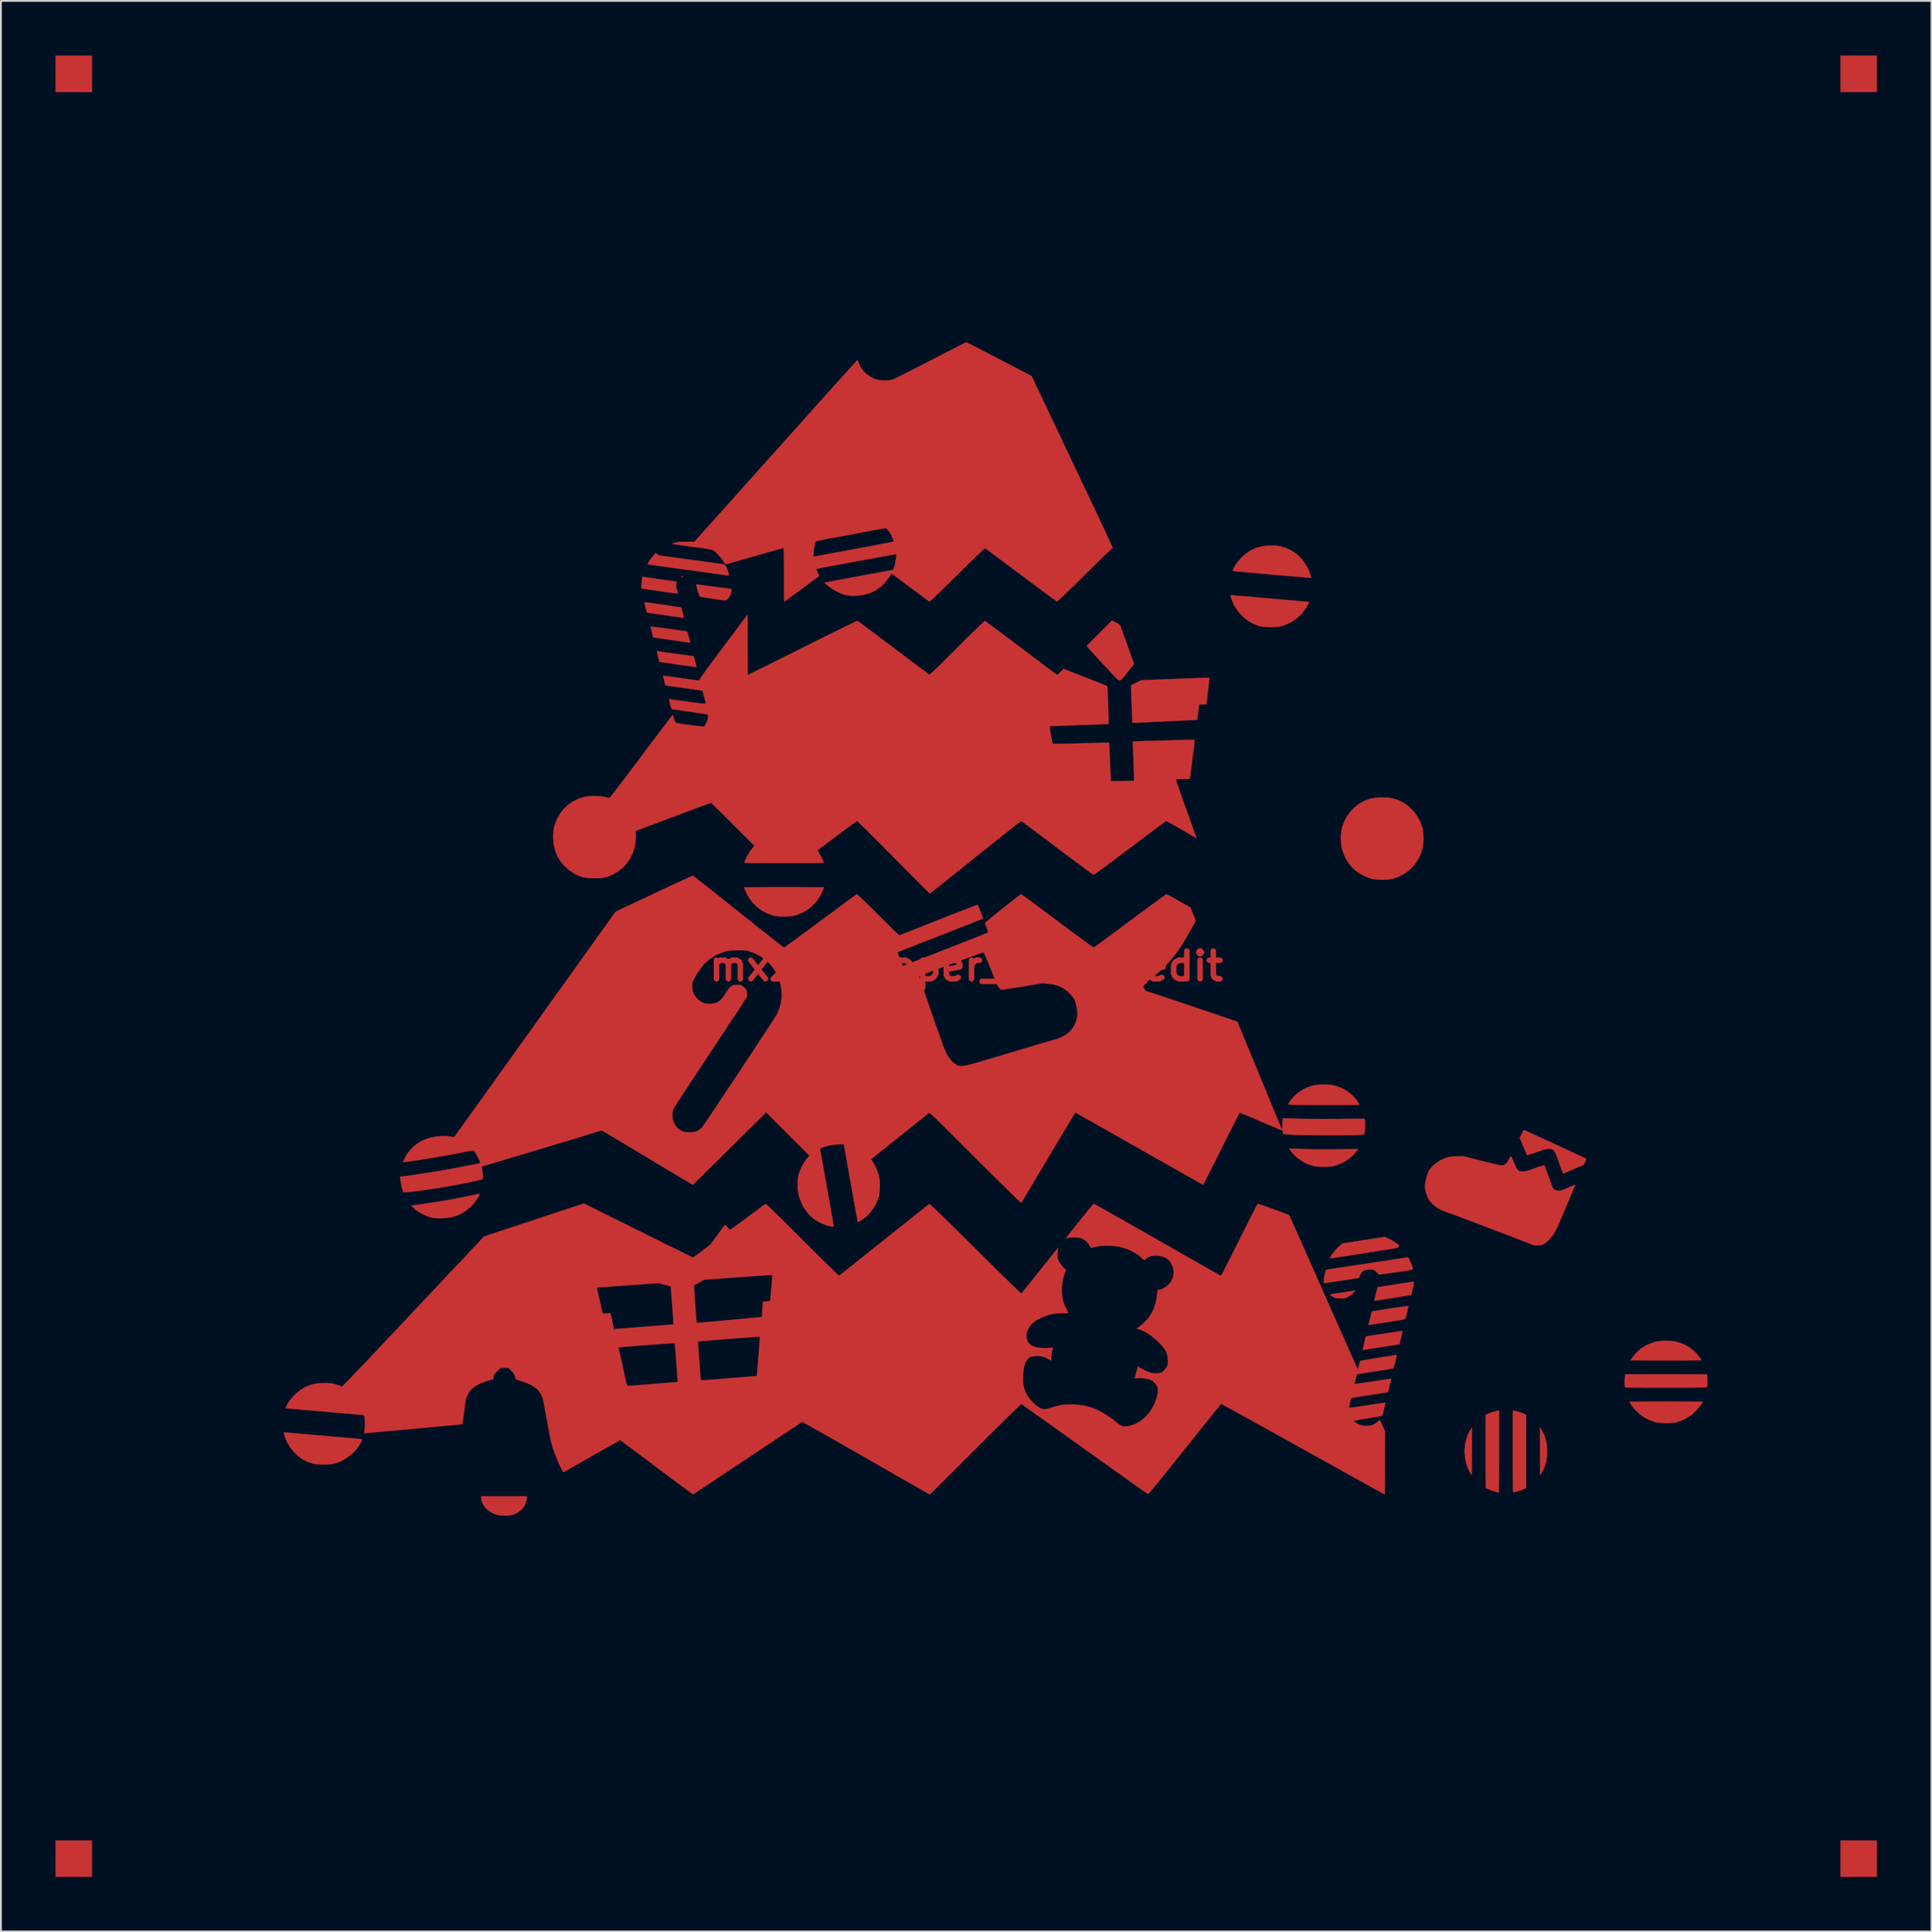
<source format=kicad_pcb>
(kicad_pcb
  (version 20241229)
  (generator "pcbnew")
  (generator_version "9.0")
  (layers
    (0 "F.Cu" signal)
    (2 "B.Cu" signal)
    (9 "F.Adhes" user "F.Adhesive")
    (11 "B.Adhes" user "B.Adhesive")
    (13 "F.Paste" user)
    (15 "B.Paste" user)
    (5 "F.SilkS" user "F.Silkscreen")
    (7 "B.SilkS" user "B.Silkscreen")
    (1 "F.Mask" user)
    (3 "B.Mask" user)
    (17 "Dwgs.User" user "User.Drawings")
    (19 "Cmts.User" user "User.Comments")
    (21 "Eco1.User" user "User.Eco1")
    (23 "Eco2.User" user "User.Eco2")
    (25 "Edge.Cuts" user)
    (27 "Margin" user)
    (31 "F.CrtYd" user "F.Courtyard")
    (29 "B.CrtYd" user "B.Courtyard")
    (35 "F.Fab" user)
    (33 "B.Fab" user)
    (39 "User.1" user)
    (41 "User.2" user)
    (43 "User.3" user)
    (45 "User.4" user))
  (footprint "mx2u_copper_fix_v2_edit"
    (layer "F.Cu")
    (at 50.022 50.022)
    (property "Reference" "mx2u_copper_fix_v2_edit" (at 0 0 0) (layer "F.Cu") (effects (font (size 1.524 1.524) (thickness 0.3))))
    (attr through_hole)
    (fp_poly (pts (xy -48.02 -48.02) (xy -50.017 -48.02) (xy -50.017 -50.017) (xy -48.02 -50.017) (xy -48.02 -48.02)) (stroke (width 0.01) (type solid)) (fill yes) (layer "F.Cu"))
    (fp_poly (pts (xy -48.02 50.017) (xy -50.017 50.017) (xy -50.017 48.02) (xy -48.02 48.02) (xy -48.02 50.017)) (stroke (width 0.01) (type solid)) (fill yes) (layer "F.Cu"))
    (fp_poly (pts (xy 50.017 -48.02) (xy 48.02 -48.02) (xy 48.02 -50.017) (xy 50.017 -50.017) (xy 50.017 -48.02)) (stroke (width 0.01) (type solid)) (fill yes) (layer "F.Cu"))
    (fp_poly (pts (xy 50.017 50.017) (xy 48.02 50.017) (xy 48.02 48.02) (xy 50.017 48.02) (xy 50.017 50.017)) (stroke (width 0.01) (type solid)) (fill yes) (layer "F.Cu"))
    (fp_poly (pts (xy -15.517 -21.419) (xy -15.56 -21.402) (xy -15.631 -21.379) (xy -15.68 -21.367) (xy -15.684 -21.377) (xy -15.681 -21.38) (xy -15.64 -21.401) (xy -15.575 -21.418) (xy -15.568 -21.419) (xy -15.52 -21.425) (xy -15.517 -21.419)) (stroke (width 0.01) (type solid)) (fill yes) (layer "F.Cu"))
    (fp_poly (pts (xy 31.597 25.463) (xy 31.734 25.719) (xy 31.831 25.988) (xy 31.891 26.279) (xy 31.912 26.525) (xy 31.908 26.857) (xy 31.863 27.173) (xy 31.78 27.468) (xy 31.661 27.734) (xy 31.606 27.827) (xy 31.518 27.965) (xy 31.517 25.337) (xy 31.597 25.463)) (stroke (width 0.01) (type solid)) (fill yes) (layer "F.Cu"))
    (fp_poly (pts (xy 27.775 26.645) (xy 27.775 26.897) (xy 27.775 27.132) (xy 27.774 27.348) (xy 27.774 27.537) (xy 27.773 27.697) (xy 27.772 27.822) (xy 27.77 27.908) (xy 27.769 27.949) (xy 27.768 27.953) (xy 27.753 27.933) (xy 27.719 27.881) (xy 27.678 27.815) (xy 27.542 27.543) (xy 27.445 27.248) (xy 27.389 26.939) (xy 27.373 26.622) (xy 27.397 26.306) (xy 27.461 25.999) (xy 27.566 25.708) (xy 27.695 25.463) (xy 27.775 25.337) (xy 27.775 26.645)) (stroke (width 0.01) (type solid)) (fill yes) (layer "F.Cu"))
    (fp_poly (pts (xy -24.143 29.265) (xy -24.186 29.467) (xy -24.274 29.653) (xy -24.403 29.821) (xy -24.568 29.963) (xy -24.764 30.076) (xy -24.887 30.124) (xy -24.974 30.149) (xy -25.063 30.165) (xy -25.17 30.173) (xy -25.309 30.175) (xy -25.342 30.174) (xy -25.473 30.171) (xy -25.597 30.163) (xy -25.698 30.151) (xy -25.754 30.14) (xy -25.975 30.059) (xy -26.172 29.95) (xy -26.341 29.817) (xy -26.476 29.665) (xy -26.573 29.5) (xy -26.628 29.327) (xy -26.638 29.212) (xy -26.638 29.115) (xy -24.129 29.115) (xy -24.143 29.265)) (stroke (width 0.01) (type solid)) (fill yes) (layer "F.Cu"))
    (fp_poly (pts (xy 29.267 26.661) (xy 29.267 26.993) (xy 29.266 27.311) (xy 29.265 27.61) (xy 29.264 27.887) (xy 29.262 28.139) (xy 29.26 28.362) (xy 29.258 28.551) (xy 29.256 28.705) (xy 29.253 28.818) (xy 29.251 28.888) (xy 29.248 28.911) (xy 29.213 28.903) (xy 29.151 28.888) (xy 29.14 28.885) (xy 28.895 28.811) (xy 28.694 28.732) (xy 28.667 28.719) (xy 28.534 28.657) (xy 28.534 24.643) (xy 28.603 24.608) (xy 28.7 24.564) (xy 28.823 24.518) (xy 28.954 24.475) (xy 29.073 24.442) (xy 29.148 24.426) (xy 29.267 24.409) (xy 29.267 26.661)) (stroke (width 0.01) (type solid)) (fill yes) (layer "F.Cu"))
    (fp_poly (pts (xy 38.697 23.912) (xy 39.024 23.913) (xy 39.323 23.914) (xy 39.453 23.915) (xy 40.466 23.921) (xy 40.336 24.111) (xy 40.121 24.384) (xy 39.878 24.614) (xy 39.607 24.803) (xy 39.306 24.951) (xy 39.01 25.049) (xy 38.885 25.072) (xy 38.724 25.088) (xy 38.542 25.096) (xy 38.352 25.096) (xy 38.168 25.089) (xy 38.005 25.074) (xy 37.875 25.051) (xy 37.86 25.047) (xy 37.532 24.933) (xy 37.234 24.778) (xy 36.966 24.582) (xy 36.726 24.344) (xy 36.547 24.111) (xy 36.417 23.921) (xy 37.429 23.915) (xy 37.709 23.913) (xy 38.024 23.913) (xy 38.359 23.912) (xy 38.697 23.912)) (stroke (width 0.01) (type solid)) (fill yes) (layer "F.Cu"))
    (fp_poly (pts (xy 21.28 17.93) (xy 21.199 18.004) (xy 21.094 18.082) (xy 20.99 18.148) (xy 20.902 18.196) (xy 20.835 18.225) (xy 20.77 18.24) (xy 20.689 18.245) (xy 20.585 18.245) (xy 20.475 18.242) (xy 20.378 18.236) (xy 20.31 18.227) (xy 20.295 18.224) (xy 20.197 18.186) (xy 20.09 18.13) (xy 20.002 18.073) (xy 20 18.072) (xy 19.988 18.062) (xy 19.98 18.054) (xy 19.981 18.046) (xy 19.995 18.037) (xy 20.024 18.028) (xy 20.072 18.016) (xy 20.144 18.003) (xy 20.244 17.986) (xy 20.374 17.965) (xy 20.539 17.94) (xy 20.742 17.909) (xy 20.988 17.872) (xy 21.279 17.829) (xy 21.306 17.825) (xy 21.394 17.811) (xy 21.28 17.93)) (stroke (width 0.01) (type solid)) (fill yes) (layer "F.Cu"))
    (fp_poly (pts (xy -16.951 -17.304) (xy -16.95 -17.304) (xy -16.913 -17.298) (xy -16.832 -17.286) (xy -16.713 -17.268) (xy -16.561 -17.246) (xy -16.382 -17.221) (xy -16.183 -17.193) (xy -15.968 -17.163) (xy -15.932 -17.158) (xy -14.968 -17.025) (xy -14.9 -16.771) (xy -14.871 -16.66) (xy -14.845 -16.564) (xy -14.827 -16.496) (xy -14.82 -16.472) (xy -14.823 -16.436) (xy -14.84 -16.431) (xy -14.872 -16.435) (xy -14.948 -16.445) (xy -15.063 -16.462) (xy -15.211 -16.482) (xy -15.387 -16.507) (xy -15.586 -16.535) (xy -15.801 -16.566) (xy -15.864 -16.575) (xy -16.854 -16.716) (xy -16.929 -17.016) (xy -16.96 -17.142) (xy -16.98 -17.226) (xy -16.988 -17.276) (xy -16.985 -17.301) (xy -16.973 -17.308) (xy -16.951 -17.304)) (stroke (width 0.01) (type solid)) (fill yes) (layer "F.Cu"))
    (fp_poly (pts (xy -9.789 -4.344) (xy -9.445 -4.343) (xy -9.126 -4.342) (xy -8.91 -4.341) (xy -7.811 -4.334) (xy -7.896 -4.125) (xy -8.043 -3.825) (xy -8.231 -3.553) (xy -8.456 -3.313) (xy -8.713 -3.108) (xy -9.001 -2.941) (xy -9.315 -2.814) (xy -9.44 -2.777) (xy -9.565 -2.754) (xy -9.725 -2.738) (xy -9.908 -2.73) (xy -10.098 -2.73) (xy -10.281 -2.737) (xy -10.445 -2.752) (xy -10.574 -2.775) (xy -10.59 -2.779) (xy -10.912 -2.892) (xy -11.209 -3.047) (xy -11.478 -3.24) (xy -11.714 -3.469) (xy -11.914 -3.73) (xy -12.076 -4.021) (xy -12.121 -4.125) (xy -12.205 -4.334) (xy -11.107 -4.341) (xy -10.816 -4.342) (xy -10.489 -4.343) (xy -10.142 -4.344) (xy -9.789 -4.344)) (stroke (width 0.01) (type solid)) (fill yes) (layer "F.Cu"))
    (fp_poly (pts (xy 30.144 24.426) (xy 30.239 24.447) (xy 30.361 24.483) (xy 30.492 24.527) (xy 30.612 24.573) (xy 30.689 24.608) (xy 30.758 24.643) (xy 30.758 28.657) (xy 30.625 28.718) (xy 30.493 28.776) (xy 30.383 28.818) (xy 30.277 28.85) (xy 30.227 28.863) (xy 30.148 28.883) (xy 30.085 28.899) (xy 30.069 28.904) (xy 30.062 28.904) (xy 30.055 28.898) (xy 30.049 28.882) (xy 30.044 28.854) (xy 30.04 28.811) (xy 30.036 28.749) (xy 30.033 28.665) (xy 30.031 28.557) (xy 30.029 28.421) (xy 30.028 28.254) (xy 30.027 28.053) (xy 30.026 27.816) (xy 30.025 27.538) (xy 30.025 27.218) (xy 30.025 26.851) (xy 30.025 26.663) (xy 30.025 24.409) (xy 30.144 24.426)) (stroke (width 0.01) (type solid)) (fill yes) (layer "F.Cu"))
    (fp_poly (pts (xy 17.849 10.015) (xy 17.955 10.018) (xy 18.089 10.024) (xy 18.242 10.031) (xy 18.29 10.034) (xy 18.462 10.042) (xy 18.679 10.048) (xy 18.938 10.052) (xy 19.233 10.055) (xy 19.56 10.057) (xy 19.914 10.056) (xy 20.173 10.055) (xy 21.53 10.046) (xy 21.464 10.135) (xy 21.257 10.375) (xy 21.012 10.585) (xy 20.736 10.76) (xy 20.435 10.898) (xy 20.206 10.971) (xy 20.081 10.995) (xy 19.921 11.011) (xy 19.738 11.019) (xy 19.548 11.019) (xy 19.365 11.011) (xy 19.201 10.996) (xy 19.072 10.974) (xy 19.056 10.97) (xy 18.759 10.87) (xy 18.491 10.737) (xy 18.24 10.566) (xy 18.037 10.389) (xy 17.963 10.314) (xy 17.891 10.232) (xy 17.826 10.152) (xy 17.777 10.083) (xy 17.751 10.035) (xy 17.75 10.018) (xy 17.778 10.015) (xy 17.849 10.015)) (stroke (width 0.01) (type solid)) (fill yes) (layer "F.Cu"))
    (fp_poly (pts (xy 23.138 14.933) (xy 23.401 15.063) (xy 23.629 15.214) (xy 23.656 15.235) (xy 23.719 15.285) (xy 23.764 15.32) (xy 23.778 15.331) (xy 23.777 15.356) (xy 23.751 15.399) (xy 23.714 15.442) (xy 23.683 15.467) (xy 23.653 15.473) (xy 23.578 15.487) (xy 23.463 15.507) (xy 23.312 15.532) (xy 23.131 15.561) (xy 22.924 15.595) (xy 22.696 15.632) (xy 22.451 15.671) (xy 22.195 15.711) (xy 21.933 15.753) (xy 21.668 15.794) (xy 21.407 15.835) (xy 21.153 15.875) (xy 20.912 15.912) (xy 20.689 15.946) (xy 20.488 15.977) (xy 20.314 16.003) (xy 20.171 16.024) (xy 20.066 16.039) (xy 20.002 16.047) (xy 19.986 16.049) (xy 19.98 16.03) (xy 19.994 15.992) (xy 20.104 15.814) (xy 20.244 15.632) (xy 20.399 15.463) (xy 20.535 15.341) (xy 20.686 15.221) (xy 21.836 15.045) (xy 22.986 14.868) (xy 23.138 14.933)) (stroke (width 0.01) (type solid)) (fill yes) (layer "F.Cu"))
    (fp_poly (pts (xy -17.309 -18.66) (xy -17.24 -18.652) (xy -17.133 -18.639) (xy -16.996 -18.621) (xy -16.835 -18.6) (xy -16.656 -18.576) (xy -16.467 -18.55) (xy -16.272 -18.523) (xy -16.08 -18.497) (xy -15.895 -18.471) (xy -15.726 -18.447) (xy -15.578 -18.426) (xy -15.457 -18.408) (xy -15.371 -18.395) (xy -15.326 -18.387) (xy -15.321 -18.386) (xy -15.311 -18.36) (xy -15.292 -18.297) (xy -15.267 -18.208) (xy -15.239 -18.106) (xy -15.212 -18.003) (xy -15.188 -17.909) (xy -15.171 -17.838) (xy -15.164 -17.8) (xy -15.164 -17.799) (xy -15.176 -17.772) (xy -15.183 -17.77) (xy -15.212 -17.774) (xy -15.285 -17.785) (xy -15.397 -17.801) (xy -15.543 -17.822) (xy -15.717 -17.847) (xy -15.914 -17.875) (xy -16.128 -17.905) (xy -16.199 -17.916) (xy -17.196 -18.058) (xy -17.27 -18.356) (xy -17.298 -18.471) (xy -17.319 -18.567) (xy -17.332 -18.634) (xy -17.335 -18.662) (xy -17.335 -18.662) (xy -17.309 -18.66)) (stroke (width 0.01) (type solid)) (fill yes) (layer "F.Cu"))
    (fp_poly (pts (xy 23.951 20.029) (xy 23.956 20.05) (xy 23.952 20.097) (xy 23.938 20.175) (xy 23.912 20.291) (xy 23.889 20.389) (xy 23.858 20.519) (xy 23.832 20.63) (xy 23.811 20.713) (xy 23.799 20.761) (xy 23.797 20.768) (xy 23.771 20.773) (xy 23.702 20.785) (xy 23.593 20.802) (xy 23.452 20.824) (xy 23.282 20.851) (xy 23.09 20.88) (xy 22.882 20.912) (xy 22.871 20.914) (xy 22.658 20.946) (xy 22.458 20.977) (xy 22.277 21.005) (xy 22.121 21.029) (xy 21.997 21.048) (xy 21.91 21.062) (xy 21.868 21.069) (xy 21.812 21.073) (xy 21.786 21.064) (xy 21.785 21.062) (xy 21.79 21.031) (xy 21.805 20.96) (xy 21.827 20.858) (xy 21.854 20.736) (xy 21.865 20.686) (xy 21.946 20.331) (xy 22.921 20.185) (xy 23.138 20.152) (xy 23.341 20.121) (xy 23.523 20.093) (xy 23.679 20.069) (xy 23.803 20.049) (xy 23.89 20.035) (xy 23.933 20.028) (xy 23.937 20.027) (xy 23.951 20.029)) (stroke (width 0.01) (type solid)) (fill yes) (layer "F.Cu"))
    (fp_poly (pts (xy 24.58 17.45) (xy 24.568 17.52) (xy 24.549 17.615) (xy 24.525 17.723) (xy 24.499 17.833) (xy 24.473 17.933) (xy 24.452 18.011) (xy 24.436 18.055) (xy 24.433 18.06) (xy 24.408 18.066) (xy 24.339 18.078) (xy 24.232 18.095) (xy 24.096 18.117) (xy 23.935 18.143) (xy 23.757 18.171) (xy 23.568 18.201) (xy 23.374 18.231) (xy 23.182 18.261) (xy 22.999 18.29) (xy 22.83 18.316) (xy 22.683 18.338) (xy 22.563 18.356) (xy 22.478 18.368) (xy 22.434 18.374) (xy 22.429 18.374) (xy 22.418 18.364) (xy 22.423 18.334) (xy 22.439 18.267) (xy 22.461 18.173) (xy 22.488 18.062) (xy 22.517 17.946) (xy 22.545 17.834) (xy 22.569 17.737) (xy 22.588 17.666) (xy 22.598 17.631) (xy 22.599 17.63) (xy 22.625 17.625) (xy 22.696 17.613) (xy 22.805 17.595) (xy 22.949 17.573) (xy 23.121 17.546) (xy 23.317 17.516) (xy 23.53 17.483) (xy 23.602 17.473) (xy 24.596 17.322) (xy 24.58 17.45)) (stroke (width 0.01) (type solid)) (fill yes) (layer "F.Cu"))
    (fp_poly (pts (xy -14.799 -20.969) (xy -14.728 -20.962) (xy -14.617 -20.95) (xy -14.474 -20.932) (xy -14.302 -20.91) (xy -14.109 -20.885) (xy -13.899 -20.856) (xy -13.879 -20.853) (xy -13.667 -20.824) (xy -13.47 -20.797) (xy -13.294 -20.774) (xy -13.146 -20.754) (xy -13.029 -20.738) (xy -12.951 -20.728) (xy -12.917 -20.724) (xy -12.917 -20.724) (xy -12.897 -20.703) (xy -12.89 -20.653) (xy -12.91 -20.514) (xy -12.964 -20.369) (xy -13.046 -20.238) (xy -13.068 -20.21) (xy -13.134 -20.142) (xy -13.185 -20.106) (xy -13.237 -20.095) (xy -13.252 -20.095) (xy -13.298 -20.1) (xy -13.387 -20.111) (xy -13.51 -20.127) (xy -13.66 -20.147) (xy -13.828 -20.171) (xy -13.964 -20.191) (xy -14.138 -20.217) (xy -14.295 -20.242) (xy -14.43 -20.264) (xy -14.535 -20.282) (xy -14.603 -20.296) (xy -14.625 -20.302) (xy -14.647 -20.334) (xy -14.676 -20.403) (xy -14.71 -20.497) (xy -14.745 -20.605) (xy -14.778 -20.716) (xy -14.805 -20.819) (xy -14.823 -20.903) (xy -14.829 -20.957) (xy -14.826 -20.97) (xy -14.799 -20.969)) (stroke (width 0.01) (type solid)) (fill yes) (layer "F.Cu"))
    (fp_poly (pts (xy 40.7 22.512) (xy 40.707 22.586) (xy 40.712 22.686) (xy 40.715 22.8) (xy 40.715 22.914) (xy 40.712 23.014) (xy 40.706 23.085) (xy 40.7 23.111) (xy 40.694 23.118) (xy 40.679 23.124) (xy 40.652 23.129) (xy 40.61 23.134) (xy 40.549 23.138) (xy 40.468 23.141) (xy 40.362 23.143) (xy 40.229 23.146) (xy 40.066 23.147) (xy 39.87 23.149) (xy 39.637 23.149) (xy 39.364 23.15) (xy 39.049 23.15) (xy 38.688 23.151) (xy 38.441 23.151) (xy 38.051 23.151) (xy 37.708 23.15) (xy 37.409 23.15) (xy 37.152 23.149) (xy 36.934 23.148) (xy 36.75 23.147) (xy 36.599 23.145) (xy 36.477 23.142) (xy 36.381 23.14) (xy 36.308 23.136) (xy 36.255 23.132) (xy 36.219 23.127) (xy 36.196 23.121) (xy 36.185 23.115) (xy 36.182 23.111) (xy 36.174 23.064) (xy 36.169 22.981) (xy 36.167 22.875) (xy 36.168 22.76) (xy 36.171 22.649) (xy 36.177 22.556) (xy 36.183 22.512) (xy 36.198 22.418) (xy 40.684 22.418) (xy 40.7 22.512)) (stroke (width 0.01) (type solid)) (fill yes) (layer "F.Cu"))
    (fp_poly (pts (xy 24.28 18.661) (xy 24.28 18.69) (xy 24.269 18.758) (xy 24.25 18.858) (xy 24.223 18.979) (xy 24.211 19.031) (xy 24.177 19.173) (xy 24.149 19.273) (xy 24.127 19.338) (xy 24.107 19.376) (xy 24.086 19.394) (xy 24.075 19.398) (xy 24.038 19.405) (xy 23.958 19.418) (xy 23.84 19.437) (xy 23.69 19.461) (xy 23.514 19.489) (xy 23.318 19.519) (xy 23.125 19.549) (xy 22.916 19.582) (xy 22.72 19.613) (xy 22.544 19.641) (xy 22.394 19.664) (xy 22.276 19.683) (xy 22.196 19.697) (xy 22.162 19.703) (xy 22.095 19.716) (xy 22.184 19.342) (xy 22.215 19.212) (xy 22.241 19.101) (xy 22.261 19.018) (xy 22.273 18.971) (xy 22.276 18.964) (xy 22.302 18.957) (xy 22.372 18.944) (xy 22.478 18.927) (xy 22.615 18.904) (xy 22.776 18.879) (xy 22.955 18.851) (xy 23.144 18.822) (xy 23.338 18.793) (xy 23.53 18.764) (xy 23.714 18.737) (xy 23.882 18.712) (xy 24.029 18.691) (xy 24.148 18.675) (xy 24.232 18.665) (xy 24.276 18.66) (xy 24.28 18.661)) (stroke (width 0.01) (type solid)) (fill yes) (layer "F.Cu"))
    (fp_poly (pts (xy -17.609 -19.988) (xy -17.532 -19.978) (xy -17.42 -19.963) (xy -17.279 -19.944) (xy -17.115 -19.921) (xy -16.934 -19.896) (xy -16.744 -19.869) (xy -16.551 -19.841) (xy -16.361 -19.814) (xy -16.181 -19.787) (xy -16.017 -19.763) (xy -15.876 -19.743) (xy -15.765 -19.726) (xy -15.689 -19.714) (xy -15.656 -19.708) (xy -15.655 -19.707) (xy -15.647 -19.682) (xy -15.628 -19.617) (xy -15.602 -19.524) (xy -15.573 -19.416) (xy -15.539 -19.28) (xy -15.521 -19.188) (xy -15.52 -19.141) (xy -15.526 -19.135) (xy -15.557 -19.139) (xy -15.633 -19.15) (xy -15.747 -19.166) (xy -15.894 -19.186) (xy -16.07 -19.211) (xy -16.268 -19.239) (xy -16.482 -19.269) (xy -16.542 -19.278) (xy -16.759 -19.309) (xy -16.959 -19.338) (xy -17.139 -19.364) (xy -17.291 -19.386) (xy -17.412 -19.404) (xy -17.494 -19.417) (xy -17.533 -19.424) (xy -17.536 -19.425) (xy -17.545 -19.45) (xy -17.564 -19.515) (xy -17.589 -19.609) (xy -17.615 -19.711) (xy -17.645 -19.832) (xy -17.663 -19.913) (xy -17.669 -19.96) (xy -17.664 -19.984) (xy -17.649 -19.991) (xy -17.643 -19.991) (xy -17.609 -19.988)) (stroke (width 0.01) (type solid)) (fill yes) (layer "F.Cu"))
    (fp_poly (pts (xy 14.605 -20.379) (xy 14.644 -20.375) (xy 14.729 -20.368) (xy 14.857 -20.356) (xy 15.024 -20.342) (xy 15.225 -20.324) (xy 15.456 -20.304) (xy 15.714 -20.282) (xy 15.995 -20.258) (xy 16.295 -20.232) (xy 16.609 -20.205) (xy 16.754 -20.193) (xy 17.071 -20.166) (xy 17.374 -20.14) (xy 17.658 -20.115) (xy 17.92 -20.092) (xy 18.156 -20.071) (xy 18.362 -20.053) (xy 18.534 -20.037) (xy 18.67 -20.024) (xy 18.764 -20.015) (xy 18.814 -20.01) (xy 18.82 -20.008) (xy 18.818 -19.978) (xy 18.794 -19.915) (xy 18.753 -19.829) (xy 18.698 -19.732) (xy 18.641 -19.638) (xy 18.447 -19.383) (xy 18.214 -19.157) (xy 17.952 -18.963) (xy 17.666 -18.807) (xy 17.365 -18.695) (xy 17.302 -18.678) (xy 17.163 -18.652) (xy 16.991 -18.635) (xy 16.799 -18.626) (xy 16.602 -18.626) (xy 16.412 -18.634) (xy 16.246 -18.651) (xy 16.119 -18.675) (xy 15.832 -18.778) (xy 15.559 -18.924) (xy 15.304 -19.108) (xy 15.075 -19.324) (xy 14.876 -19.568) (xy 14.713 -19.832) (xy 14.592 -20.111) (xy 14.55 -20.248) (xy 14.513 -20.39) (xy 14.605 -20.379)) (stroke (width 0.01) (type solid)) (fill yes) (layer "F.Cu"))
    (fp_poly (pts (xy 17.237 -23.069) (xy 17.542 -22.983) (xy 17.832 -22.851) (xy 18.058 -22.708) (xy 18.264 -22.536) (xy 18.458 -22.326) (xy 18.63 -22.09) (xy 18.774 -21.839) (xy 18.88 -21.585) (xy 18.913 -21.475) (xy 18.95 -21.331) (xy 18.871 -21.334) (xy 18.834 -21.337) (xy 18.75 -21.343) (xy 18.624 -21.354) (xy 18.459 -21.368) (xy 18.26 -21.385) (xy 18.03 -21.404) (xy 17.773 -21.426) (xy 17.493 -21.451) (xy 17.194 -21.476) (xy 16.88 -21.504) (xy 16.727 -21.517) (xy 16.409 -21.545) (xy 16.105 -21.572) (xy 15.82 -21.598) (xy 15.557 -21.622) (xy 15.32 -21.644) (xy 15.113 -21.664) (xy 14.938 -21.681) (xy 14.801 -21.695) (xy 14.705 -21.705) (xy 14.654 -21.712) (xy 14.646 -21.714) (xy 14.646 -21.747) (xy 14.669 -21.812) (xy 14.712 -21.899) (xy 14.768 -22) (xy 14.832 -22.103) (xy 14.891 -22.187) (xy 15.084 -22.414) (xy 15.304 -22.618) (xy 15.54 -22.789) (xy 15.781 -22.919) (xy 15.809 -22.931) (xy 16.004 -23.002) (xy 16.209 -23.054) (xy 16.438 -23.089) (xy 16.57 -23.101) (xy 16.914 -23.108) (xy 17.237 -23.069)) (stroke (width 0.01) (type solid)) (fill yes) (layer "F.Cu"))
    (fp_poly (pts (xy 19.877 6.503) (xy 20.047 6.519) (xy 20.122 6.531) (xy 20.43 6.614) (xy 20.721 6.74) (xy 20.987 6.904) (xy 21.223 7.104) (xy 21.349 7.242) (xy 21.45 7.368) (xy 21.527 7.473) (xy 21.576 7.553) (xy 21.595 7.602) (xy 21.594 7.612) (xy 21.567 7.615) (xy 21.495 7.617) (xy 21.382 7.619) (xy 21.233 7.621) (xy 21.053 7.623) (xy 20.846 7.625) (xy 20.618 7.626) (xy 20.372 7.626) (xy 20.115 7.627) (xy 19.851 7.627) (xy 19.584 7.627) (xy 19.319 7.626) (xy 19.062 7.625) (xy 18.818 7.624) (xy 18.59 7.623) (xy 18.383 7.621) (xy 18.204 7.619) (xy 18.055 7.616) (xy 17.963 7.614) (xy 17.83 7.608) (xy 17.744 7.599) (xy 17.7 7.586) (xy 17.692 7.575) (xy 17.708 7.536) (xy 17.751 7.468) (xy 17.814 7.382) (xy 17.889 7.287) (xy 17.97 7.192) (xy 18.049 7.107) (xy 18.249 6.933) (xy 18.486 6.78) (xy 18.746 6.654) (xy 19.016 6.562) (xy 19.152 6.531) (xy 19.304 6.511) (xy 19.487 6.499) (xy 19.684 6.497) (xy 19.877 6.503)) (stroke (width 0.01) (type solid)) (fill yes) (layer "F.Cu"))
    (fp_poly (pts (xy 38.583 20.576) (xy 38.728 20.585) (xy 38.857 20.598) (xy 38.927 20.609) (xy 39.199 20.681) (xy 39.466 20.791) (xy 39.715 20.931) (xy 39.935 21.095) (xy 40.03 21.184) (xy 40.099 21.259) (xy 40.174 21.346) (xy 40.247 21.437) (xy 40.312 21.521) (xy 40.361 21.59) (xy 40.385 21.634) (xy 40.387 21.641) (xy 40.362 21.644) (xy 40.291 21.646) (xy 40.177 21.649) (xy 40.024 21.652) (xy 39.836 21.654) (xy 39.616 21.656) (xy 39.369 21.657) (xy 39.099 21.658) (xy 38.809 21.659) (xy 38.503 21.659) (xy 38.441 21.66) (xy 38.133 21.659) (xy 37.839 21.659) (xy 37.564 21.657) (xy 37.312 21.656) (xy 37.087 21.654) (xy 36.893 21.652) (xy 36.732 21.65) (xy 36.61 21.647) (xy 36.53 21.644) (xy 36.496 21.641) (xy 36.495 21.641) (xy 36.511 21.607) (xy 36.553 21.545) (xy 36.614 21.465) (xy 36.685 21.375) (xy 36.761 21.285) (xy 36.832 21.206) (xy 36.853 21.184) (xy 37.053 21.01) (xy 37.289 20.857) (xy 37.549 20.731) (xy 37.82 20.64) (xy 37.955 20.609) (xy 38.06 20.594) (xy 38.196 20.582) (xy 38.342 20.574) (xy 38.441 20.573) (xy 38.583 20.576)) (stroke (width 0.01) (type solid)) (fill yes) (layer "F.Cu"))
    (fp_poly (pts (xy -26.721 12.517) (xy -26.749 12.578) (xy -26.801 12.678) (xy -26.805 12.685) (xy -26.978 12.949) (xy -27.19 13.189) (xy -27.435 13.399) (xy -27.706 13.573) (xy -27.995 13.705) (xy -28.118 13.746) (xy -28.321 13.794) (xy -28.548 13.828) (xy -28.783 13.846) (xy -29.015 13.847) (xy -29.227 13.833) (xy -29.406 13.801) (xy -29.41 13.8) (xy -29.554 13.753) (xy -29.72 13.684) (xy -29.888 13.603) (xy -30.041 13.518) (xy -30.11 13.474) (xy -30.176 13.424) (xy -30.253 13.362) (xy -30.33 13.297) (xy -30.399 13.235) (xy -30.45 13.185) (xy -30.473 13.156) (xy -30.473 13.152) (xy -30.446 13.146) (xy -30.377 13.135) (xy -30.272 13.119) (xy -30.138 13.099) (xy -29.983 13.078) (xy -29.897 13.066) (xy -29.69 13.036) (xy -29.452 13.001) (xy -29.202 12.963) (xy -28.959 12.925) (xy -28.744 12.889) (xy -28.736 12.888) (xy -28.584 12.862) (xy -28.409 12.83) (xy -28.217 12.795) (xy -28.014 12.757) (xy -27.807 12.717) (xy -27.601 12.677) (xy -27.404 12.638) (xy -27.22 12.602) (xy -27.057 12.568) (xy -26.921 12.539) (xy -26.817 12.517) (xy -26.753 12.501) (xy -26.734 12.495) (xy -26.717 12.491) (xy -26.721 12.517)) (stroke (width 0.01) (type solid)) (fill yes) (layer "F.Cu"))
    (fp_poly (pts (xy -17.745 -21.394) (xy -17.711 -21.387) (xy -17.633 -21.374) (xy -17.517 -21.356) (xy -17.369 -21.334) (xy -17.194 -21.309) (xy -16.999 -21.281) (xy -16.811 -21.255) (xy -16.604 -21.226) (xy -16.414 -21.2) (xy -16.246 -21.176) (xy -16.106 -21.155) (xy -15.999 -21.139) (xy -15.931 -21.128) (xy -15.908 -21.123) (xy -15.909 -21.096) (xy -15.92 -21.037) (xy -15.927 -21.008) (xy -15.938 -20.943) (xy -15.937 -20.876) (xy -15.922 -20.79) (xy -15.9 -20.704) (xy -15.875 -20.61) (xy -15.856 -20.535) (xy -15.847 -20.493) (xy -15.847 -20.489) (xy -15.85 -20.482) (xy -15.865 -20.477) (xy -15.894 -20.476) (xy -15.942 -20.479) (xy -16.014 -20.487) (xy -16.114 -20.499) (xy -16.246 -20.517) (xy -16.415 -20.541) (xy -16.625 -20.571) (xy -16.879 -20.608) (xy -16.908 -20.613) (xy -17.118 -20.643) (xy -17.311 -20.672) (xy -17.483 -20.697) (xy -17.627 -20.718) (xy -17.739 -20.734) (xy -17.812 -20.745) (xy -17.841 -20.749) (xy -17.841 -20.749) (xy -17.844 -20.772) (xy -17.843 -20.834) (xy -17.838 -20.923) (xy -17.831 -21.026) (xy -17.823 -21.131) (xy -17.813 -21.227) (xy -17.804 -21.302) (xy -17.802 -21.313) (xy -17.786 -21.376) (xy -17.764 -21.397) (xy -17.745 -21.394)) (stroke (width 0.01) (type solid)) (fill yes) (layer "F.Cu"))
    (fp_poly (pts (xy 8.226 -18.879) (xy 8.326 -18.825) (xy 8.392 -18.784) (xy 8.433 -18.746) (xy 8.461 -18.7) (xy 8.487 -18.638) (xy 8.491 -18.627) (xy 8.511 -18.572) (xy 8.546 -18.476) (xy 8.593 -18.344) (xy 8.651 -18.184) (xy 8.717 -18) (xy 8.789 -17.799) (xy 8.865 -17.587) (xy 8.88 -17.545) (xy 9.218 -16.603) (xy 8.866 -16.155) (xy 8.75 -16.009) (xy 8.66 -15.897) (xy 8.591 -15.817) (xy 8.539 -15.762) (xy 8.499 -15.727) (xy 8.467 -15.709) (xy 8.438 -15.701) (xy 8.433 -15.701) (xy 8.413 -15.701) (xy 8.392 -15.706) (xy 8.365 -15.721) (xy 8.33 -15.747) (xy 8.284 -15.788) (xy 8.223 -15.846) (xy 8.146 -15.925) (xy 8.048 -16.027) (xy 7.926 -16.156) (xy 7.778 -16.315) (xy 7.601 -16.506) (xy 7.487 -16.628) (xy 7.318 -16.811) (xy 7.16 -16.983) (xy 7.016 -17.14) (xy 6.89 -17.279) (xy 6.784 -17.396) (xy 6.702 -17.488) (xy 6.647 -17.551) (xy 6.623 -17.581) (xy 6.622 -17.583) (xy 6.639 -17.605) (xy 6.688 -17.658) (xy 6.766 -17.739) (xy 6.868 -17.844) (xy 6.99 -17.969) (xy 7.129 -18.109) (xy 7.28 -18.261) (xy 7.317 -18.298) (xy 8.012 -18.993) (xy 8.226 -18.879)) (stroke (width 0.01) (type solid)) (fill yes) (layer "F.Cu"))
    (fp_poly (pts (xy 23.181 -9.258) (xy 23.485 -9.203) (xy 23.766 -9.109) (xy 24.032 -8.975) (xy 24.114 -8.923) (xy 24.356 -8.735) (xy 24.576 -8.508) (xy 24.766 -8.25) (xy 24.921 -7.97) (xy 25.034 -7.675) (xy 25.047 -7.633) (xy 25.086 -7.444) (xy 25.11 -7.225) (xy 25.117 -6.994) (xy 25.108 -6.769) (xy 25.087 -6.601) (xy 25.005 -6.275) (xy 24.879 -5.971) (xy 24.713 -5.692) (xy 24.508 -5.442) (xy 24.269 -5.223) (xy 23.997 -5.038) (xy 23.697 -4.892) (xy 23.416 -4.799) (xy 23.291 -4.776) (xy 23.13 -4.76) (xy 22.948 -4.752) (xy 22.758 -4.752) (xy 22.575 -4.759) (xy 22.411 -4.774) (xy 22.281 -4.797) (xy 22.266 -4.801) (xy 21.944 -4.914) (xy 21.648 -5.068) (xy 21.381 -5.259) (xy 21.147 -5.484) (xy 20.949 -5.74) (xy 20.79 -6.024) (xy 20.672 -6.332) (xy 20.608 -6.601) (xy 20.584 -6.808) (xy 20.577 -7.035) (xy 20.588 -7.266) (xy 20.615 -7.48) (xy 20.648 -7.633) (xy 20.756 -7.929) (xy 20.905 -8.212) (xy 21.091 -8.474) (xy 21.306 -8.706) (xy 21.546 -8.9) (xy 21.581 -8.923) (xy 21.843 -9.071) (xy 22.119 -9.177) (xy 22.415 -9.244) (xy 22.738 -9.274) (xy 22.847 -9.275) (xy 23.181 -9.258)) (stroke (width 0.01) (type solid)) (fill yes) (layer "F.Cu"))
    (fp_poly (pts (xy -37.392 25.607) (xy -37.373 25.609) (xy -37.332 25.613) (xy -37.244 25.622) (xy -37.113 25.633) (xy -36.945 25.648) (xy -36.742 25.666) (xy -36.509 25.686) (xy -36.25 25.708) (xy -35.969 25.732) (xy -35.669 25.758) (xy -35.356 25.784) (xy -35.244 25.794) (xy -34.929 25.821) (xy -34.629 25.847) (xy -34.347 25.871) (xy -34.087 25.895) (xy -33.853 25.916) (xy -33.649 25.935) (xy -33.478 25.951) (xy -33.345 25.965) (xy -33.253 25.975) (xy -33.206 25.982) (xy -33.201 25.983) (xy -33.195 26.02) (xy -33.216 26.088) (xy -33.26 26.18) (xy -33.323 26.287) (xy -33.399 26.404) (xy -33.485 26.52) (xy -33.575 26.63) (xy -33.607 26.665) (xy -33.707 26.761) (xy -33.84 26.868) (xy -33.991 26.976) (xy -34.148 27.078) (xy -34.295 27.163) (xy -34.384 27.206) (xy -34.54 27.269) (xy -34.687 27.314) (xy -34.838 27.345) (xy -35.007 27.362) (xy -35.207 27.369) (xy -35.318 27.369) (xy -35.508 27.366) (xy -35.671 27.357) (xy -35.799 27.345) (xy -35.868 27.332) (xy -36.156 27.237) (xy -36.429 27.097) (xy -36.684 26.916) (xy -36.915 26.7) (xy -37.117 26.452) (xy -37.285 26.178) (xy -37.408 25.902) (xy -37.442 25.803) (xy -37.467 25.716) (xy -37.48 25.658) (xy -37.481 25.649) (xy -37.475 25.616) (xy -37.451 25.604) (xy -37.392 25.607)) (stroke (width 0.01) (type solid)) (fill yes) (layer "F.Cu"))
    (fp_poly (pts (xy -16.982 -22.635) (xy -16.908 -22.589) (xy -16.829 -22.561) (xy -16.828 -22.561) (xy -16.789 -22.555) (xy -16.704 -22.543) (xy -16.578 -22.526) (xy -16.415 -22.503) (xy -16.219 -22.476) (xy -15.995 -22.445) (xy -15.747 -22.411) (xy -15.48 -22.375) (xy -15.197 -22.337) (xy -15.05 -22.317) (xy -14.762 -22.278) (xy -14.488 -22.24) (xy -14.231 -22.205) (xy -13.997 -22.173) (xy -13.79 -22.144) (xy -13.613 -22.12) (xy -13.471 -22.1) (xy -13.369 -22.085) (xy -13.31 -22.077) (xy -13.298 -22.075) (xy -13.253 -22.043) (xy -13.202 -21.97) (xy -13.149 -21.864) (xy -13.099 -21.736) (xy -13.058 -21.602) (xy -13.039 -21.521) (xy -13.033 -21.478) (xy -13.042 -21.462) (xy -13.063 -21.46) (xy -13.094 -21.464) (xy -13.172 -21.474) (xy -13.291 -21.49) (xy -13.447 -21.512) (xy -13.637 -21.538) (xy -13.855 -21.568) (xy -14.098 -21.601) (xy -14.362 -21.638) (xy -14.642 -21.676) (xy -14.785 -21.696) (xy -15.088 -21.738) (xy -15.39 -21.78) (xy -15.685 -21.821) (xy -15.967 -21.86) (xy -16.23 -21.896) (xy -16.468 -21.929) (xy -16.674 -21.957) (xy -16.844 -21.981) (xy -16.97 -21.998) (xy -16.989 -22.001) (xy -17.511 -22.072) (xy -17.464 -22.164) (xy -17.414 -22.249) (xy -17.339 -22.355) (xy -17.252 -22.469) (xy -17.162 -22.575) (xy -17.128 -22.613) (xy -17.052 -22.694) (xy -16.982 -22.635)) (stroke (width 0.01) (type solid)) (fill yes) (layer "F.Cu"))
    (fp_poly (pts (xy 30.662 9.008) (xy 30.728 9.037) (xy 30.832 9.084) (xy 30.968 9.146) (xy 31.132 9.221) (xy 31.321 9.307) (xy 31.529 9.403) (xy 31.753 9.506) (xy 31.987 9.613) (xy 32.228 9.724) (xy 32.471 9.836) (xy 32.712 9.948) (xy 32.947 10.056) (xy 33.17 10.159) (xy 33.379 10.256) (xy 33.567 10.343) (xy 33.732 10.42) (xy 33.868 10.483) (xy 33.972 10.532) (xy 34.038 10.563) (xy 34.063 10.576) (xy 34.063 10.576) (xy 34.057 10.6) (xy 34.034 10.658) (xy 34 10.738) (xy 33.997 10.744) (xy 33.924 10.906) (xy 33.548 11.067) (xy 33.401 11.13) (xy 33.253 11.194) (xy 33.118 11.252) (xy 33.01 11.298) (xy 32.977 11.312) (xy 32.782 11.395) (xy 32.734 11.264) (xy 32.71 11.199) (xy 32.672 11.096) (xy 32.625 10.966) (xy 32.572 10.818) (xy 32.516 10.663) (xy 32.514 10.659) (xy 32.445 10.469) (xy 32.386 10.322) (xy 32.335 10.212) (xy 32.285 10.134) (xy 32.234 10.083) (xy 32.176 10.053) (xy 32.107 10.038) (xy 32.023 10.034) (xy 32.002 10.034) (xy 31.938 10.036) (xy 31.873 10.043) (xy 31.799 10.059) (xy 31.707 10.085) (xy 31.59 10.123) (xy 31.438 10.175) (xy 31.331 10.213) (xy 31.179 10.267) (xy 31.044 10.311) (xy 30.933 10.345) (xy 30.854 10.367) (xy 30.812 10.373) (xy 30.809 10.371) (xy 30.793 10.342) (xy 30.761 10.274) (xy 30.717 10.174) (xy 30.663 10.049) (xy 30.604 9.908) (xy 30.596 9.889) (xy 30.404 9.428) (xy 30.511 9.213) (xy 30.559 9.12) (xy 30.6 9.047) (xy 30.629 9.004) (xy 30.638 8.997) (xy 30.662 9.008)) (stroke (width 0.01) (type solid)) (fill yes) (layer "F.Cu"))
    (fp_poly (pts (xy 24.31 16.045) (xy 24.339 16.095) (xy 24.379 16.179) (xy 24.423 16.283) (xy 24.466 16.392) (xy 24.503 16.493) (xy 24.527 16.571) (xy 24.53 16.582) (xy 24.531 16.638) (xy 24.5 16.665) (xy 24.455 16.677) (xy 24.369 16.694) (xy 24.25 16.714) (xy 24.104 16.738) (xy 23.938 16.764) (xy 23.759 16.791) (xy 23.573 16.818) (xy 23.387 16.844) (xy 23.208 16.869) (xy 23.043 16.891) (xy 22.898 16.909) (xy 22.781 16.922) (xy 22.697 16.93) (xy 22.653 16.932) (xy 22.649 16.93) (xy 22.615 16.875) (xy 22.555 16.808) (xy 22.483 16.744) (xy 22.416 16.697) (xy 22.4 16.689) (xy 22.291 16.661) (xy 22.161 16.654) (xy 22.025 16.665) (xy 21.9 16.693) (xy 21.8 16.736) (xy 21.768 16.761) (xy 21.708 16.832) (xy 21.655 16.92) (xy 21.619 17.006) (xy 21.609 17.058) (xy 21.587 17.106) (xy 21.552 17.123) (xy 21.518 17.129) (xy 21.441 17.141) (xy 21.329 17.159) (xy 21.188 17.181) (xy 21.024 17.206) (xy 20.845 17.234) (xy 20.657 17.263) (xy 20.467 17.292) (xy 20.282 17.32) (xy 20.109 17.346) (xy 19.953 17.369) (xy 19.823 17.389) (xy 19.725 17.403) (xy 19.665 17.412) (xy 19.649 17.414) (xy 19.642 17.391) (xy 19.638 17.334) (xy 19.638 17.301) (xy 19.643 17.226) (xy 19.657 17.12) (xy 19.678 17) (xy 19.691 16.936) (xy 19.718 16.819) (xy 19.739 16.743) (xy 19.76 16.699) (xy 19.783 16.677) (xy 19.799 16.672) (xy 19.831 16.666) (xy 19.91 16.654) (xy 20.031 16.635) (xy 20.192 16.61) (xy 20.388 16.58) (xy 20.615 16.545) (xy 20.87 16.505) (xy 21.149 16.463) (xy 21.449 16.417) (xy 21.766 16.369) (xy 22.06 16.324) (xy 24.268 15.989) (xy 24.31 16.045)) (stroke (width 0.01) (type solid)) (fill yes) (layer "F.Cu"))
    (fp_poly (pts (xy 13.355 -15.844) (xy 13.356 -15.817) (xy 13.35 -15.746) (xy 13.34 -15.637) (xy 13.325 -15.498) (xy 13.307 -15.334) (xy 13.286 -15.152) (xy 13.281 -15.112) (xy 13.258 -14.928) (xy 13.238 -14.76) (xy 13.221 -14.616) (xy 13.207 -14.502) (xy 13.198 -14.424) (xy 13.193 -14.389) (xy 13.193 -14.387) (xy 13.17 -14.384) (xy 13.108 -14.382) (xy 13.019 -14.381) (xy 12.991 -14.381) (xy 12.897 -14.379) (xy 12.826 -14.373) (xy 12.79 -14.364) (xy 12.788 -14.362) (xy 12.785 -14.328) (xy 12.777 -14.257) (xy 12.765 -14.158) (xy 12.75 -14.041) (xy 12.733 -13.917) (xy 12.717 -13.795) (xy 12.702 -13.686) (xy 12.69 -13.599) (xy 12.682 -13.545) (xy 12.68 -13.533) (xy 12.654 -13.531) (xy 12.583 -13.527) (xy 12.471 -13.521) (xy 12.323 -13.514) (xy 12.145 -13.505) (xy 11.942 -13.495) (xy 11.718 -13.484) (xy 11.478 -13.473) (xy 11.228 -13.461) (xy 10.973 -13.449) (xy 10.716 -13.436) (xy 10.464 -13.425) (xy 10.222 -13.413) (xy 9.994 -13.403) (xy 9.785 -13.393) (xy 9.6 -13.385) (xy 9.445 -13.378) (xy 9.325 -13.373) (xy 9.243 -13.37) (xy 9.206 -13.369) (xy 9.206 -13.369) (xy 9.15 -13.375) (xy 9.124 -13.387) (xy 9.124 -13.389) (xy 9.123 -13.417) (xy 9.12 -13.491) (xy 9.116 -13.604) (xy 9.11 -13.751) (xy 9.104 -13.927) (xy 9.096 -14.126) (xy 9.088 -14.342) (xy 9.085 -14.416) (xy 9.077 -14.636) (xy 9.069 -14.84) (xy 9.063 -15.022) (xy 9.058 -15.178) (xy 9.055 -15.3) (xy 9.053 -15.385) (xy 9.053 -15.427) (xy 9.053 -15.43) (xy 9.077 -15.443) (xy 9.138 -15.474) (xy 9.226 -15.518) (xy 9.332 -15.571) (xy 9.339 -15.574) (xy 9.617 -15.712) (xy 11.48 -15.784) (xy 11.782 -15.796) (xy 12.069 -15.806) (xy 12.338 -15.816) (xy 12.583 -15.824) (xy 12.802 -15.832) (xy 12.99 -15.837) (xy 13.144 -15.842) (xy 13.258 -15.844) (xy 13.33 -15.845) (xy 13.355 -15.844)) (stroke (width 0.01) (type solid)) (fill yes) (layer "F.Cu"))
    (fp_poly (pts (xy 28.297 10.688) (xy 28.521 10.744) (xy 28.732 10.795) (xy 28.927 10.841) (xy 29.099 10.88) (xy 29.241 10.911) (xy 29.349 10.932) (xy 29.415 10.943) (xy 29.429 10.943) (xy 29.526 10.928) (xy 29.613 10.879) (xy 29.697 10.792) (xy 29.783 10.662) (xy 29.82 10.592) (xy 29.862 10.513) (xy 29.892 10.462) (xy 29.917 10.442) (xy 29.941 10.457) (xy 29.971 10.509) (xy 30.011 10.601) (xy 30.063 10.729) (xy 30.137 10.903) (xy 30.199 11.036) (xy 30.255 11.133) (xy 30.309 11.199) (xy 30.368 11.24) (xy 30.438 11.262) (xy 30.522 11.271) (xy 30.586 11.272) (xy 30.649 11.269) (xy 30.715 11.26) (xy 30.794 11.242) (xy 30.894 11.213) (xy 31.022 11.171) (xy 31.186 11.114) (xy 31.246 11.092) (xy 31.395 11.039) (xy 31.527 10.994) (xy 31.635 10.957) (xy 31.713 10.932) (xy 31.752 10.922) (xy 31.755 10.922) (xy 31.765 10.947) (xy 31.791 11.013) (xy 31.828 11.114) (xy 31.876 11.244) (xy 31.931 11.395) (xy 31.98 11.531) (xy 32.041 11.698) (xy 32.097 11.851) (xy 32.146 11.983) (xy 32.186 12.087) (xy 32.213 12.156) (xy 32.224 12.182) (xy 32.277 12.239) (xy 32.365 12.288) (xy 32.468 12.322) (xy 32.563 12.334) (xy 32.626 12.327) (xy 32.708 12.306) (xy 32.817 12.267) (xy 32.96 12.21) (xy 33.059 12.167) (xy 33.187 12.112) (xy 33.298 12.066) (xy 33.383 12.032) (xy 33.436 12.012) (xy 33.45 12.009) (xy 33.442 12.033) (xy 33.416 12.099) (xy 33.375 12.2) (xy 33.321 12.332) (xy 33.255 12.49) (xy 33.18 12.668) (xy 33.099 12.861) (xy 33.014 13.064) (xy 32.926 13.272) (xy 32.838 13.479) (xy 32.752 13.68) (xy 32.67 13.871) (xy 32.595 14.045) (xy 32.529 14.197) (xy 32.474 14.324) (xy 32.432 14.418) (xy 32.405 14.475) (xy 32.402 14.482) (xy 32.286 14.681) (xy 32.151 14.868) (xy 32.006 15.034) (xy 31.857 15.17) (xy 31.713 15.267) (xy 31.698 15.275) (xy 31.617 15.312) (xy 31.539 15.332) (xy 31.443 15.339) (xy 31.372 15.34) (xy 31.226 15.332) (xy 31.125 15.31) (xy 31.101 15.299) (xy 31.066 15.284) (xy 30.987 15.252) (xy 30.868 15.205) (xy 30.715 15.145) (xy 30.53 15.074) (xy 30.318 14.992) (xy 30.082 14.902) (xy 29.828 14.804) (xy 29.558 14.701) (xy 29.277 14.594) (xy 28.988 14.484) (xy 28.697 14.373) (xy 28.406 14.262) (xy 28.12 14.154) (xy 27.842 14.049) (xy 27.578 13.949) (xy 27.33 13.856) (xy 27.103 13.77) (xy 26.901 13.695) (xy 26.728 13.63) (xy 26.588 13.578) (xy 26.484 13.541) (xy 26.421 13.519) (xy 26.411 13.515) (xy 26.313 13.481) (xy 26.191 13.43) (xy 26.067 13.373) (xy 26.019 13.349) (xy 25.842 13.242) (xy 25.674 13.11) (xy 25.525 12.964) (xy 25.408 12.815) (xy 25.367 12.746) (xy 25.305 12.602) (xy 25.252 12.43) (xy 25.215 12.254) (xy 25.198 12.094) (xy 25.198 12.073) (xy 25.206 11.972) (xy 25.228 11.843) (xy 25.26 11.697) (xy 25.3 11.548) (xy 25.344 11.406) (xy 25.388 11.285) (xy 25.43 11.196) (xy 25.446 11.171) (xy 25.616 10.98) (xy 25.822 10.805) (xy 26.05 10.657) (xy 26.286 10.546) (xy 26.338 10.527) (xy 26.432 10.497) (xy 26.518 10.476) (xy 26.608 10.462) (xy 26.718 10.453) (xy 26.859 10.446) (xy 26.916 10.444) (xy 27.283 10.433) (xy 28.297 10.688)) (stroke (width 0.01) (type solid)) (fill yes) (layer "F.Cu"))
    (fp_poly (pts (xy 0.033 -34.258) (xy 0.101 -34.224) (xy 0.208 -34.171) (xy 0.348 -34.1) (xy 0.52 -34.012) (xy 0.719 -33.91) (xy 0.942 -33.795) (xy 1.186 -33.668) (xy 1.447 -33.533) (xy 1.722 -33.39) (xy 1.817 -33.341) (xy 3.595 -32.413) (xy 4.751 -29.975) (xy 4.939 -29.578) (xy 5.142 -29.149) (xy 5.358 -28.694) (xy 5.581 -28.223) (xy 5.809 -27.743) (xy 6.037 -27.262) (xy 6.261 -26.789) (xy 6.478 -26.331) (xy 6.684 -25.897) (xy 6.874 -25.495) (xy 6.993 -25.244) (xy 7.144 -24.926) (xy 7.288 -24.62) (xy 7.424 -24.331) (xy 7.55 -24.062) (xy 7.665 -23.815) (xy 7.767 -23.593) (xy 7.856 -23.401) (xy 7.929 -23.239) (xy 7.986 -23.112) (xy 8.025 -23.023) (xy 8.044 -22.975) (xy 8.045 -22.966) (xy 8.021 -22.951) (xy 7.963 -22.901) (xy 7.873 -22.819) (xy 7.751 -22.705) (xy 7.6 -22.562) (xy 7.422 -22.39) (xy 7.217 -22.191) (xy 6.987 -21.966) (xy 6.734 -21.718) (xy 6.509 -21.496) (xy 6.207 -21.198) (xy 5.939 -20.936) (xy 5.706 -20.708) (xy 5.506 -20.514) (xy 5.339 -20.354) (xy 5.204 -20.227) (xy 5.101 -20.132) (xy 5.028 -20.069) (xy 4.986 -20.037) (xy 4.974 -20.032) (xy 4.949 -20.05) (xy 4.887 -20.096) (xy 4.79 -20.168) (xy 4.661 -20.263) (xy 4.503 -20.381) (xy 4.318 -20.518) (xy 4.11 -20.673) (xy 3.882 -20.843) (xy 3.635 -21.027) (xy 3.374 -21.222) (xy 3.101 -21.426) (xy 3.008 -21.495) (xy 2.731 -21.702) (xy 2.465 -21.9) (xy 2.213 -22.088) (xy 1.979 -22.262) (xy 1.763 -22.423) (xy 1.571 -22.566) (xy 1.404 -22.69) (xy 1.265 -22.793) (xy 1.157 -22.873) (xy 1.083 -22.928) (xy 1.045 -22.955) (xy 1.042 -22.958) (xy 1.02 -22.947) (xy 0.968 -22.905) (xy 0.886 -22.832) (xy 0.772 -22.727) (xy 0.627 -22.589) (xy 0.449 -22.418) (xy 0.238 -22.213) (xy -0.007 -21.973) (xy -0.287 -21.699) (xy -0.493 -21.495) (xy -0.794 -21.198) (xy -1.061 -20.936) (xy -1.294 -20.709) (xy -1.493 -20.516) (xy -1.66 -20.356) (xy -1.795 -20.229) (xy -1.898 -20.134) (xy -1.971 -20.07) (xy -2.014 -20.037) (xy -2.027 -20.033) (xy -2.053 -20.051) (xy -2.116 -20.097) (xy -2.211 -20.167) (xy -2.335 -20.259) (xy -2.483 -20.369) (xy -2.651 -20.494) (xy -2.835 -20.631) (xy -3.032 -20.777) (xy -3.056 -20.795) (xy -3.253 -20.942) (xy -3.439 -21.08) (xy -3.61 -21.206) (xy -3.76 -21.317) (xy -3.886 -21.41) (xy -3.985 -21.481) (xy -4.052 -21.529) (xy -4.083 -21.549) (xy -4.084 -21.55) (xy -4.117 -21.54) (xy -4.146 -21.504) (xy -4.191 -21.43) (xy -4.261 -21.331) (xy -4.346 -21.22) (xy -4.436 -21.108) (xy -4.522 -21.009) (xy -4.586 -20.941) (xy -4.756 -20.796) (xy -4.958 -20.661) (xy -5.17 -20.547) (xy -5.285 -20.498) (xy -5.494 -20.432) (xy -5.728 -20.384) (xy -5.974 -20.355) (xy -6.218 -20.346) (xy -6.446 -20.357) (xy -6.644 -20.39) (xy -6.671 -20.397) (xy -6.882 -20.472) (xy -7.108 -20.579) (xy -7.335 -20.711) (xy -7.548 -20.859) (xy -7.682 -20.97) (xy -7.795 -21.071) (xy -7.43 -21.139) (xy -7.338 -21.157) (xy -7.202 -21.182) (xy -7.028 -21.214) (xy -6.821 -21.253) (xy -6.587 -21.296) (xy -6.332 -21.343) (xy -6.062 -21.393) (xy -5.782 -21.445) (xy -5.535 -21.491) (xy -4.006 -21.774) (xy -3.946 -21.951) (xy -3.924 -22.031) (xy -3.901 -22.135) (xy -3.879 -22.252) (xy -3.86 -22.369) (xy -3.846 -22.477) (xy -3.838 -22.564) (xy -3.839 -22.618) (xy -3.843 -22.629) (xy -3.869 -22.626) (xy -3.939 -22.615) (xy -4.051 -22.596) (xy -4.2 -22.569) (xy -4.381 -22.537) (xy -4.59 -22.5) (xy -4.823 -22.458) (xy -5.075 -22.412) (xy -5.342 -22.363) (xy -5.62 -22.312) (xy -5.904 -22.26) (xy -6.191 -22.207) (xy -6.475 -22.155) (xy -6.752 -22.104) (xy -7.018 -22.054) (xy -7.27 -22.007) (xy -7.501 -21.964) (xy -7.709 -21.925) (xy -7.888 -21.891) (xy -8.035 -21.863) (xy -8.145 -21.841) (xy -8.213 -21.827) (xy -8.236 -21.821) (xy -8.231 -21.796) (xy -8.207 -21.737) (xy -8.171 -21.655) (xy -8.158 -21.628) (xy -8.07 -21.443) (xy -9.004 -20.749) (xy -9.196 -20.606) (xy -9.376 -20.473) (xy -9.54 -20.352) (xy -9.684 -20.245) (xy -9.804 -20.158) (xy -9.895 -20.091) (xy -9.953 -20.049) (xy -9.974 -20.034) (xy -9.981 -20.036) (xy -9.987 -20.054) (xy -9.993 -20.091) (xy -9.997 -20.15) (xy -10.001 -20.236) (xy -10.003 -20.351) (xy -10.005 -20.499) (xy -10.007 -20.684) (xy -10.008 -20.909) (xy -10.008 -21.177) (xy -10.008 -21.493) (xy -10.008 -21.494) (xy -10.009 -21.851) (xy -10.01 -22.159) (xy -10.012 -22.418) (xy -10.013 -22.486) (xy -8.399 -22.486) (xy -8.338 -22.5) (xy -8.304 -22.507) (xy -8.225 -22.522) (xy -8.103 -22.545) (xy -7.943 -22.576) (xy -7.748 -22.612) (xy -7.521 -22.655) (xy -7.268 -22.702) (xy -6.991 -22.754) (xy -6.694 -22.809) (xy -6.381 -22.867) (xy -6.141 -22.912) (xy -5.82 -22.972) (xy -5.512 -23.029) (xy -5.223 -23.084) (xy -4.955 -23.135) (xy -4.712 -23.182) (xy -4.497 -23.223) (xy -4.316 -23.259) (xy -4.17 -23.288) (xy -4.064 -23.309) (xy -4.001 -23.323) (xy -3.984 -23.328) (xy -3.984 -23.36) (xy -4.005 -23.425) (xy -4.042 -23.513) (xy -4.091 -23.616) (xy -4.146 -23.722) (xy -4.204 -23.822) (xy -4.259 -23.907) (xy -4.273 -23.926) (xy -4.347 -24.013) (xy -4.405 -24.055) (xy -4.43 -24.06) (xy -4.464 -24.056) (xy -4.543 -24.042) (xy -4.661 -24.022) (xy -4.814 -23.994) (xy -4.998 -23.961) (xy -5.207 -23.923) (xy -5.437 -23.88) (xy -5.683 -23.835) (xy -5.941 -23.787) (xy -6.207 -23.737) (xy -6.474 -23.687) (xy -6.74 -23.637) (xy -6.998 -23.588) (xy -7.245 -23.542) (xy -7.475 -23.498) (xy -7.685 -23.458) (xy -7.869 -23.422) (xy -8.023 -23.392) (xy -8.142 -23.368) (xy -8.221 -23.352) (xy -8.256 -23.343) (xy -8.258 -23.343) (xy -8.279 -23.301) (xy -8.303 -23.22) (xy -8.328 -23.113) (xy -8.351 -22.991) (xy -8.37 -22.865) (xy -8.382 -22.748) (xy -8.382 -22.736) (xy -8.399 -22.486) (xy -10.013 -22.486) (xy -10.015 -22.629) (xy -10.019 -22.789) (xy -10.024 -22.9) (xy -10.029 -22.961) (xy -10.034 -22.974) (xy -10.061 -22.967) (xy -10.131 -22.948) (xy -10.241 -22.917) (xy -10.384 -22.877) (xy -10.555 -22.829) (xy -10.751 -22.774) (xy -10.965 -22.714) (xy -11.193 -22.649) (xy -11.43 -22.582) (xy -11.671 -22.513) (xy -11.911 -22.445) (xy -12.145 -22.378) (xy -12.368 -22.315) (xy -12.576 -22.255) (xy -12.762 -22.202) (xy -12.922 -22.156) (xy -13.052 -22.118) (xy -13.146 -22.091) (xy -13.199 -22.075) (xy -13.208 -22.072) (xy -13.233 -22.087) (xy -13.273 -22.137) (xy -13.323 -22.212) (xy -13.334 -22.231) (xy -13.411 -22.347) (xy -13.51 -22.474) (xy -13.622 -22.601) (xy -13.733 -22.715) (xy -13.834 -22.803) (xy -13.867 -22.827) (xy -13.893 -22.843) (xy -13.925 -22.858) (xy -13.967 -22.872) (xy -14.024 -22.886) (xy -14.1 -22.902) (xy -14.2 -22.919) (xy -14.329 -22.939) (xy -14.492 -22.962) (xy -14.694 -22.99) (xy -14.939 -23.024) (xy -15.057 -23.039) (xy -15.285 -23.071) (xy -15.498 -23.1) (xy -15.689 -23.128) (xy -15.854 -23.152) (xy -15.987 -23.172) (xy -16.084 -23.188) (xy -16.139 -23.199) (xy -16.15 -23.203) (xy -16.127 -23.217) (xy -16.068 -23.239) (xy -15.985 -23.264) (xy -15.979 -23.266) (xy -15.899 -23.285) (xy -15.81 -23.298) (xy -15.702 -23.307) (xy -15.564 -23.312) (xy -15.388 -23.314) (xy -15.369 -23.314) (xy -14.928 -23.315) (xy -10.455 -28.313) (xy -10.069 -28.744) (xy -9.692 -29.165) (xy -9.325 -29.575) (xy -8.97 -29.972) (xy -8.627 -30.354) (xy -8.299 -30.719) (xy -7.987 -31.067) (xy -7.691 -31.396) (xy -7.414 -31.704) (xy -7.158 -31.99) (xy -6.922 -32.251) (xy -6.709 -32.488) (xy -6.52 -32.697) (xy -6.357 -32.878) (xy -6.22 -33.028) (xy -6.112 -33.147) (xy -6.033 -33.233) (xy -5.986 -33.285) (xy -5.97 -33.3) (xy -5.957 -33.272) (xy -5.932 -33.209) (xy -5.902 -33.126) (xy -5.803 -32.913) (xy -5.663 -32.715) (xy -5.491 -32.539) (xy -5.294 -32.393) (xy -5.081 -32.281) (xy -4.859 -32.211) (xy -4.789 -32.199) (xy -4.576 -32.178) (xy -4.373 -32.175) (xy -4.192 -32.19) (xy -4.052 -32.219) (xy -4.008 -32.238) (xy -3.922 -32.278) (xy -3.798 -32.338) (xy -3.641 -32.415) (xy -3.452 -32.509) (xy -3.237 -32.618) (xy -2.998 -32.739) (xy -2.74 -32.87) (xy -2.465 -33.011) (xy -2.177 -33.159) (xy -1.965 -33.268) (xy -1.673 -33.419) (xy -1.394 -33.562) (xy -1.131 -33.698) (xy -0.887 -33.822) (xy -0.666 -33.935) (xy -0.47 -34.035) (xy -0.303 -34.119) (xy -0.169 -34.186) (xy -0.071 -34.234) (xy -0.011 -34.263) (xy 0.006 -34.269) (xy 0.033 -34.258)) (stroke (width 0.01) (type solid)) (fill yes) (layer "F.Cu"))
    (fp_poly (pts (xy -12.005 -17.658) (xy -12.005 -17.373) (xy -12.004 -17.104) (xy -12.003 -16.855) (xy -12.002 -16.629) (xy -12.001 -16.431) (xy -11.999 -16.265) (xy -11.997 -16.136) (xy -11.995 -16.047) (xy -11.993 -16.003) (xy -11.992 -15.998) (xy -11.969 -16.009) (xy -11.902 -16.042) (xy -11.796 -16.094) (xy -11.653 -16.165) (xy -11.475 -16.254) (xy -11.265 -16.358) (xy -11.025 -16.477) (xy -10.759 -16.61) (xy -10.469 -16.754) (xy -10.158 -16.91) (xy -9.828 -17.074) (xy -9.481 -17.247) (xy -9.122 -17.427) (xy -8.994 -17.491) (xy -8.63 -17.673) (xy -8.279 -17.848) (xy -7.942 -18.015) (xy -7.622 -18.174) (xy -7.323 -18.321) (xy -7.047 -18.457) (xy -6.796 -18.58) (xy -6.574 -18.689) (xy -6.382 -18.782) (xy -6.225 -18.857) (xy -6.103 -18.915) (xy -6.02 -18.953) (xy -5.979 -18.97) (xy -5.975 -18.97) (xy -5.95 -18.954) (xy -5.888 -18.909) (xy -5.791 -18.837) (xy -5.662 -18.742) (xy -5.505 -18.624) (xy -5.32 -18.487) (xy -5.113 -18.331) (xy -4.885 -18.16) (xy -4.639 -17.976) (xy -4.378 -17.78) (xy -4.105 -17.574) (xy -4 -17.495) (xy -3.723 -17.287) (xy -3.457 -17.087) (xy -3.206 -16.897) (xy -2.97 -16.72) (xy -2.755 -16.558) (xy -2.562 -16.413) (xy -2.393 -16.287) (xy -2.253 -16.182) (xy -2.144 -16.1) (xy -2.069 -16.044) (xy -2.03 -16.016) (xy -2.025 -16.012) (xy -2.007 -16.02) (xy -1.966 -16.052) (xy -1.9 -16.109) (xy -1.809 -16.193) (xy -1.691 -16.305) (xy -1.545 -16.446) (xy -1.37 -16.618) (xy -1.163 -16.822) (xy -0.925 -17.058) (xy -0.653 -17.329) (xy -0.493 -17.489) (xy -0.203 -17.779) (xy 0.054 -18.034) (xy 0.277 -18.255) (xy 0.469 -18.444) (xy 0.631 -18.601) (xy 0.764 -18.729) (xy 0.869 -18.828) (xy 0.948 -18.9) (xy 1.002 -18.945) (xy 1.033 -18.965) (xy 1.04 -18.966) (xy 1.064 -18.948) (xy 1.127 -18.902) (xy 1.224 -18.83) (xy 1.352 -18.733) (xy 1.51 -18.615) (xy 1.695 -18.477) (xy 1.902 -18.321) (xy 2.13 -18.15) (xy 2.376 -17.965) (xy 2.637 -17.768) (xy 2.91 -17.563) (xy 3.008 -17.489) (xy 3.284 -17.281) (xy 3.549 -17.081) (xy 3.801 -16.892) (xy 4.035 -16.716) (xy 4.25 -16.554) (xy 4.443 -16.41) (xy 4.61 -16.284) (xy 4.75 -16.18) (xy 4.858 -16.099) (xy 4.933 -16.044) (xy 4.971 -16.016) (xy 4.975 -16.013) (xy 5.008 -16.017) (xy 5.066 -16.056) (xy 5.151 -16.133) (xy 5.18 -16.161) (xy 5.35 -16.33) (xy 6.321 -15.952) (xy 6.617 -15.836) (xy 6.885 -15.731) (xy 7.122 -15.638) (xy 7.325 -15.557) (xy 7.491 -15.491) (xy 7.619 -15.439) (xy 7.706 -15.403) (xy 7.748 -15.384) (xy 7.752 -15.381) (xy 7.754 -15.356) (xy 7.758 -15.286) (xy 7.763 -15.179) (xy 7.769 -15.041) (xy 7.776 -14.878) (xy 7.783 -14.697) (xy 7.791 -14.505) (xy 7.798 -14.307) (xy 7.805 -14.11) (xy 7.812 -13.921) (xy 7.818 -13.746) (xy 7.823 -13.592) (xy 7.827 -13.465) (xy 7.829 -13.371) (xy 7.83 -13.317) (xy 7.829 -13.307) (xy 7.803 -13.305) (xy 7.731 -13.302) (xy 7.617 -13.297) (xy 7.466 -13.291) (xy 7.28 -13.283) (xy 7.066 -13.275) (xy 6.826 -13.265) (xy 6.566 -13.256) (xy 6.29 -13.245) (xy 6.211 -13.242) (xy 4.6 -13.183) (xy 4.601 -13.055) (xy 4.606 -12.991) (xy 4.619 -12.896) (xy 4.637 -12.779) (xy 4.66 -12.651) (xy 4.685 -12.523) (xy 4.709 -12.405) (xy 4.732 -12.307) (xy 4.75 -12.239) (xy 4.761 -12.214) (xy 4.789 -12.212) (xy 4.862 -12.212) (xy 4.978 -12.212) (xy 5.13 -12.215) (xy 5.316 -12.219) (xy 5.53 -12.223) (xy 5.768 -12.229) (xy 6.025 -12.237) (xy 6.298 -12.245) (xy 6.306 -12.245) (xy 6.579 -12.253) (xy 6.837 -12.261) (xy 7.075 -12.267) (xy 7.289 -12.272) (xy 7.475 -12.277) (xy 7.628 -12.279) (xy 7.744 -12.281) (xy 7.818 -12.281) (xy 7.846 -12.28) (xy 7.846 -12.28) (xy 7.85 -12.253) (xy 7.855 -12.181) (xy 7.861 -12.068) (xy 7.869 -11.922) (xy 7.877 -11.746) (xy 7.885 -11.547) (xy 7.894 -11.328) (xy 7.898 -11.221) (xy 7.907 -10.997) (xy 7.915 -10.788) (xy 7.923 -10.6) (xy 7.931 -10.44) (xy 7.937 -10.311) (xy 7.943 -10.22) (xy 7.947 -10.171) (xy 7.948 -10.165) (xy 7.975 -10.162) (xy 8.046 -10.162) (xy 8.153 -10.163) (xy 8.291 -10.165) (xy 8.451 -10.169) (xy 8.592 -10.173) (xy 9.225 -10.191) (xy 9.224 -10.258) (xy 9.223 -10.298) (xy 9.22 -10.382) (xy 9.216 -10.504) (xy 9.21 -10.659) (xy 9.203 -10.841) (xy 9.196 -11.042) (xy 9.187 -11.258) (xy 9.187 -11.272) (xy 9.179 -11.488) (xy 9.171 -11.691) (xy 9.164 -11.874) (xy 9.158 -12.03) (xy 9.154 -12.155) (xy 9.151 -12.241) (xy 9.15 -12.283) (xy 9.15 -12.284) (xy 9.149 -12.349) (xy 10.842 -12.396) (xy 11.13 -12.404) (xy 11.403 -12.411) (xy 11.656 -12.418) (xy 11.886 -12.423) (xy 12.089 -12.427) (xy 12.259 -12.431) (xy 12.394 -12.433) (xy 12.489 -12.434) (xy 12.539 -12.433) (xy 12.547 -12.432) (xy 12.545 -12.406) (xy 12.539 -12.336) (xy 12.527 -12.228) (xy 12.511 -12.089) (xy 12.491 -11.924) (xy 12.469 -11.74) (xy 12.444 -11.543) (xy 12.419 -11.338) (xy 12.393 -11.133) (xy 12.367 -10.934) (xy 12.343 -10.745) (xy 12.32 -10.575) (xy 12.3 -10.428) (xy 12.295 -10.394) (xy 12.28 -10.286) (xy 11.904 -10.286) (xy 11.771 -10.285) (xy 11.657 -10.281) (xy 11.571 -10.276) (xy 11.522 -10.269) (xy 11.515 -10.265) (xy 11.521 -10.238) (xy 11.543 -10.168) (xy 11.579 -10.058) (xy 11.629 -9.912) (xy 11.69 -9.735) (xy 11.762 -9.529) (xy 11.843 -9.3) (xy 11.931 -9.051) (xy 12.026 -8.786) (xy 12.078 -8.641) (xy 12.176 -8.37) (xy 12.268 -8.112) (xy 12.353 -7.873) (xy 12.431 -7.656) (xy 12.499 -7.465) (xy 12.556 -7.304) (xy 12.6 -7.177) (xy 12.631 -7.087) (xy 12.647 -7.039) (xy 12.649 -7.032) (xy 12.627 -7.042) (xy 12.566 -7.076) (xy 12.471 -7.13) (xy 12.347 -7.202) (xy 12.199 -7.288) (xy 12.032 -7.386) (xy 11.849 -7.494) (xy 11.827 -7.507) (xy 11.643 -7.615) (xy 11.471 -7.714) (xy 11.316 -7.802) (xy 11.185 -7.874) (xy 11.082 -7.929) (xy 11.012 -7.964) (xy 10.979 -7.976) (xy 10.978 -7.976) (xy 10.954 -7.959) (xy 10.892 -7.914) (xy 10.795 -7.843) (xy 10.666 -7.747) (xy 10.508 -7.63) (xy 10.324 -7.492) (xy 10.117 -7.337) (xy 9.888 -7.166) (xy 9.642 -6.981) (xy 9.381 -6.784) (xy 9.108 -6.578) (xy 8.992 -6.491) (xy 8.714 -6.282) (xy 8.447 -6.082) (xy 8.194 -5.892) (xy 7.958 -5.716) (xy 7.741 -5.555) (xy 7.547 -5.411) (xy 7.377 -5.286) (xy 7.236 -5.183) (xy 7.125 -5.103) (xy 7.048 -5.048) (xy 7.006 -5.021) (xy 7.001 -5.019) (xy 6.976 -5.034) (xy 6.913 -5.077) (xy 6.816 -5.147) (xy 6.686 -5.241) (xy 6.528 -5.357) (xy 6.344 -5.493) (xy 6.136 -5.647) (xy 5.907 -5.818) (xy 5.661 -6.002) (xy 5.4 -6.198) (xy 5.126 -6.403) (xy 5.01 -6.491) (xy 4.732 -6.7) (xy 4.465 -6.901) (xy 4.213 -7.091) (xy 3.977 -7.268) (xy 3.761 -7.43) (xy 3.567 -7.575) (xy 3.398 -7.701) (xy 3.257 -7.806) (xy 3.147 -7.887) (xy 3.071 -7.943) (xy 3.031 -7.972) (xy 3.025 -7.975) (xy 3.002 -7.961) (xy 2.942 -7.917) (xy 2.847 -7.846) (xy 2.72 -7.748) (xy 2.563 -7.626) (xy 2.379 -7.481) (xy 2.17 -7.316) (xy 1.938 -7.133) (xy 1.685 -6.932) (xy 1.415 -6.717) (xy 1.129 -6.489) (xy 0.83 -6.25) (xy 0.521 -6.002) (xy 0.506 -5.99) (xy 0.196 -5.742) (xy -0.103 -5.502) (xy -0.389 -5.273) (xy -0.659 -5.057) (xy -0.911 -4.855) (xy -1.143 -4.67) (xy -1.353 -4.503) (xy -1.537 -4.356) (xy -1.694 -4.232) (xy -1.82 -4.131) (xy -1.915 -4.057) (xy -1.975 -4.01) (xy -1.999 -3.993) (xy -1.999 -3.993) (xy -2.018 -4.011) (xy -2.071 -4.062) (xy -2.155 -4.145) (xy -2.268 -4.256) (xy -2.407 -4.395) (xy -2.57 -4.558) (xy -2.755 -4.743) (xy -2.96 -4.949) (xy -3.181 -5.172) (xy -3.418 -5.41) (xy -3.668 -5.662) (xy -3.928 -5.924) (xy -3.994 -5.991) (xy -4.256 -6.255) (xy -4.509 -6.509) (xy -4.75 -6.751) (xy -4.976 -6.978) (xy -5.186 -7.187) (xy -5.377 -7.377) (xy -5.547 -7.545) (xy -5.693 -7.688) (xy -5.814 -7.806) (xy -5.906 -7.895) (xy -5.968 -7.953) (xy -5.998 -7.978) (xy -6 -7.979) (xy -6.027 -7.962) (xy -6.089 -7.918) (xy -6.182 -7.851) (xy -6.301 -7.764) (xy -6.441 -7.66) (xy -6.599 -7.544) (xy -6.769 -7.418) (xy -6.947 -7.285) (xy -7.128 -7.15) (xy -7.308 -7.015) (xy -7.483 -6.884) (xy -7.647 -6.76) (xy -7.796 -6.647) (xy -7.926 -6.549) (xy -8.031 -6.468) (xy -8.109 -6.407) (xy -8.153 -6.372) (xy -8.162 -6.363) (xy -8.15 -6.334) (xy -8.117 -6.275) (xy -8.071 -6.2) (xy -8.07 -6.199) (xy -8.018 -6.11) (xy -7.963 -6.007) (xy -7.912 -5.9) (xy -7.87 -5.802) (xy -7.843 -5.727) (xy -7.836 -5.693) (xy -7.845 -5.687) (xy -7.875 -5.682) (xy -7.928 -5.678) (xy -8.007 -5.674) (xy -8.115 -5.671) (xy -8.253 -5.668) (xy -8.426 -5.666) (xy -8.635 -5.664) (xy -8.884 -5.663) (xy -9.174 -5.662) (xy -9.509 -5.662) (xy -9.891 -5.661) (xy -10.008 -5.661) (xy -10.448 -5.662) (xy -10.838 -5.662) (xy -11.178 -5.664) (xy -11.467 -5.666) (xy -11.708 -5.669) (xy -11.898 -5.672) (xy -12.04 -5.675) (xy -12.133 -5.68) (xy -12.178 -5.685) (xy -12.182 -5.687) (xy -12.171 -5.736) (xy -12.14 -5.816) (xy -12.097 -5.915) (xy -12.046 -6.021) (xy -11.993 -6.121) (xy -11.965 -6.17) (xy -11.896 -6.275) (xy -11.814 -6.389) (xy -11.751 -6.469) (xy -11.631 -6.614) (xy -12.81 -7.793) (xy -13.012 -7.995) (xy -13.204 -8.186) (xy -13.383 -8.363) (xy -13.546 -8.523) (xy -13.689 -8.664) (xy -13.81 -8.782) (xy -13.906 -8.874) (xy -13.973 -8.937) (xy -14.009 -8.969) (xy -14.014 -8.972) (xy -14.043 -8.963) (xy -14.116 -8.938) (xy -14.23 -8.897) (xy -14.382 -8.841) (xy -14.568 -8.773) (xy -14.786 -8.693) (xy -15.032 -8.602) (xy -15.303 -8.501) (xy -15.595 -8.392) (xy -15.906 -8.276) (xy -16.233 -8.153) (xy -16.572 -8.026) (xy -16.92 -7.895) (xy -17.173 -7.8) (xy -18.159 -7.428) (xy -18.151 -7.169) (xy -18.163 -6.825) (xy -18.222 -6.497) (xy -18.326 -6.187) (xy -18.47 -5.899) (xy -18.654 -5.637) (xy -18.874 -5.404) (xy -19.128 -5.203) (xy -19.414 -5.038) (xy -19.728 -4.912) (xy -19.852 -4.875) (xy -19.944 -4.855) (xy -20.046 -4.841) (xy -20.17 -4.832) (xy -20.327 -4.829) (xy -20.421 -4.828) (xy -20.686 -4.836) (xy -20.915 -4.862) (xy -21.12 -4.908) (xy -21.313 -4.979) (xy -21.507 -5.076) (xy -21.558 -5.105) (xy -21.845 -5.302) (xy -22.093 -5.529) (xy -22.3 -5.784) (xy -22.464 -6.065) (xy -22.584 -6.369) (xy -22.66 -6.695) (xy -22.69 -7.04) (xy -22.688 -7.216) (xy -22.666 -7.469) (xy -22.622 -7.694) (xy -22.553 -7.908) (xy -22.467 -8.1) (xy -22.295 -8.396) (xy -22.088 -8.656) (xy -21.85 -8.878) (xy -21.584 -9.062) (xy -21.291 -9.203) (xy -20.976 -9.301) (xy -20.89 -9.319) (xy -20.759 -9.336) (xy -20.599 -9.345) (xy -20.421 -9.347) (xy -20.239 -9.342) (xy -20.068 -9.331) (xy -19.92 -9.313) (xy -19.815 -9.291) (xy -19.728 -9.267) (xy -19.656 -9.246) (xy -19.625 -9.237) (xy -19.613 -9.24) (xy -19.595 -9.253) (xy -19.567 -9.28) (xy -19.528 -9.323) (xy -19.478 -9.382) (xy -19.414 -9.461) (xy -19.334 -9.562) (xy -19.238 -9.686) (xy -19.123 -9.835) (xy -18.988 -10.012) (xy -18.831 -10.219) (xy -18.651 -10.457) (xy -18.446 -10.729) (xy -18.215 -11.036) (xy -17.956 -11.382) (xy -17.859 -11.511) (xy -17.634 -11.812) (xy -17.416 -12.101) (xy -17.209 -12.376) (xy -17.015 -12.634) (xy -16.834 -12.874) (xy -16.67 -13.091) (xy -16.523 -13.284) (xy -16.397 -13.451) (xy -16.292 -13.588) (xy -16.211 -13.693) (xy -16.156 -13.763) (xy -16.129 -13.797) (xy -16.126 -13.799) (xy -16.11 -13.777) (xy -16.091 -13.72) (xy -16.08 -13.679) (xy -16.043 -13.542) (xy -16.004 -13.448) (xy -15.96 -13.39) (xy -15.906 -13.361) (xy -15.891 -13.358) (xy -15.731 -13.331) (xy -15.555 -13.303) (xy -15.37 -13.276) (xy -15.183 -13.25) (xy -15 -13.226) (xy -14.83 -13.204) (xy -14.678 -13.187) (xy -14.552 -13.174) (xy -14.458 -13.166) (xy -14.404 -13.165) (xy -14.394 -13.167) (xy -14.348 -13.224) (xy -14.297 -13.316) (xy -14.249 -13.427) (xy -14.211 -13.541) (xy -14.187 -13.643) (xy -14.183 -13.674) (xy -14.179 -13.757) (xy -14.183 -13.803) (xy -14.201 -13.825) (xy -14.232 -13.835) (xy -14.271 -13.842) (xy -14.353 -13.855) (xy -14.473 -13.873) (xy -14.625 -13.895) (xy -14.802 -13.921) (xy -14.999 -13.949) (xy -15.189 -13.976) (xy -15.399 -14.006) (xy -15.593 -14.034) (xy -15.768 -14.06) (xy -15.916 -14.081) (xy -16.032 -14.099) (xy -16.109 -14.11) (xy -16.14 -14.116) (xy -16.166 -14.128) (xy -16.189 -14.159) (xy -16.212 -14.217) (xy -16.239 -14.31) (xy -16.261 -14.396) (xy -16.288 -14.505) (xy -16.308 -14.594) (xy -16.32 -14.652) (xy -16.321 -14.67) (xy -16.296 -14.668) (xy -16.225 -14.659) (xy -16.115 -14.644) (xy -15.971 -14.625) (xy -15.799 -14.601) (xy -15.603 -14.574) (xy -15.389 -14.544) (xy -15.31 -14.533) (xy -15.049 -14.497) (xy -14.823 -14.467) (xy -14.635 -14.443) (xy -14.486 -14.426) (xy -14.38 -14.417) (xy -14.32 -14.414) (xy -14.305 -14.417) (xy -14.312 -14.453) (xy -14.328 -14.525) (xy -14.352 -14.622) (xy -14.38 -14.733) (xy -14.409 -14.848) (xy -14.438 -14.956) (xy -14.462 -15.046) (xy -14.48 -15.107) (xy -14.489 -15.129) (xy -14.515 -15.135) (xy -14.587 -15.147) (xy -14.697 -15.164) (xy -14.842 -15.186) (xy -15.016 -15.211) (xy -15.212 -15.24) (xy -15.427 -15.27) (xy -15.512 -15.282) (xy -16.524 -15.424) (xy -16.591 -15.689) (xy -16.617 -15.797) (xy -16.637 -15.885) (xy -16.649 -15.943) (xy -16.65 -15.96) (xy -16.624 -15.958) (xy -16.554 -15.95) (xy -16.445 -15.935) (xy -16.302 -15.916) (xy -16.131 -15.893) (xy -15.937 -15.866) (xy -15.727 -15.836) (xy -15.695 -15.832) (xy -15.48 -15.801) (xy -15.279 -15.773) (xy -15.097 -15.748) (xy -14.942 -15.727) (xy -14.818 -15.711) (xy -14.732 -15.7) (xy -14.689 -15.696) (xy -14.687 -15.696) (xy -14.644 -15.704) (xy -14.639 -15.737) (xy -14.64 -15.742) (xy -14.631 -15.766) (xy -14.598 -15.821) (xy -14.54 -15.907) (xy -14.457 -16.025) (xy -14.348 -16.177) (xy -14.213 -16.364) (xy -14.049 -16.586) (xy -13.857 -16.845) (xy -13.637 -17.141) (xy -13.386 -17.476) (xy -13.328 -17.553) (xy -12.005 -19.318) (xy -12.005 -17.658)) (stroke (width 0.01) (type solid)) (fill yes) (layer "F.Cu"))
    (fp_poly (pts (xy -14.987 -4.953) (xy -14.926 -4.907) (xy -14.83 -4.833) (xy -14.702 -4.733) (xy -14.544 -4.609) (xy -14.359 -4.463) (xy -14.148 -4.297) (xy -13.915 -4.113) (xy -13.662 -3.912) (xy -13.392 -3.697) (xy -13.105 -3.469) (xy -12.806 -3.231) (xy -12.509 -2.994) (xy -12.2 -2.747) (xy -11.902 -2.509) (xy -11.617 -2.282) (xy -11.347 -2.068) (xy -11.094 -1.869) (xy -10.862 -1.686) (xy -10.653 -1.521) (xy -10.469 -1.377) (xy -10.312 -1.255) (xy -10.185 -1.156) (xy -10.091 -1.084) (xy -10.031 -1.04) (xy -10.008 -1.026) (xy -9.983 -1.041) (xy -9.92 -1.084) (xy -9.822 -1.153) (xy -9.692 -1.246) (xy -9.533 -1.361) (xy -9.348 -1.496) (xy -9.139 -1.648) (xy -8.909 -1.817) (xy -8.661 -1.999) (xy -8.398 -2.193) (xy -8.123 -2.397) (xy -8.004 -2.486) (xy -7.724 -2.693) (xy -7.456 -2.892) (xy -7.202 -3.08) (xy -6.965 -3.255) (xy -6.747 -3.416) (xy -6.552 -3.56) (xy -6.382 -3.685) (xy -6.241 -3.789) (xy -6.13 -3.869) (xy -6.053 -3.925) (xy -6.013 -3.954) (xy -6.007 -3.957) (xy -5.985 -3.942) (xy -5.929 -3.893) (xy -5.845 -3.815) (xy -5.734 -3.71) (xy -5.6 -3.581) (xy -5.446 -3.43) (xy -5.274 -3.262) (xy -5.089 -3.079) (xy -4.893 -2.883) (xy -4.84 -2.831) (xy -4.641 -2.633) (xy -4.453 -2.445) (xy -4.278 -2.272) (xy -4.12 -2.116) (xy -3.981 -1.979) (xy -3.864 -1.866) (xy -3.773 -1.779) (xy -3.711 -1.721) (xy -3.681 -1.695) (xy -3.679 -1.693) (xy -3.652 -1.702) (xy -3.582 -1.729) (xy -3.472 -1.772) (xy -3.324 -1.829) (xy -3.143 -1.9) (xy -2.932 -1.983) (xy -2.694 -2.077) (xy -2.433 -2.181) (xy -2.151 -2.292) (xy -1.853 -2.411) (xy -1.541 -2.535) (xy -1.522 -2.543) (xy -1.208 -2.667) (xy -0.908 -2.786) (xy -0.624 -2.897) (xy -0.362 -3) (xy -0.122 -3.093) (xy 0.09 -3.174) (xy 0.272 -3.244) (xy 0.421 -3.299) (xy 0.532 -3.34) (xy 0.604 -3.364) (xy 0.632 -3.371) (xy 0.632 -3.37) (xy 0.646 -3.343) (xy 0.674 -3.279) (xy 0.711 -3.188) (xy 0.754 -3.08) (xy 0.799 -2.964) (xy 0.842 -2.851) (xy 0.88 -2.75) (xy 0.909 -2.67) (xy 0.925 -2.622) (xy 0.927 -2.612) (xy 0.903 -2.603) (xy 0.836 -2.576) (xy 0.727 -2.533) (xy 0.581 -2.476) (xy 0.401 -2.405) (xy 0.19 -2.322) (xy -0.05 -2.228) (xy -0.314 -2.125) (xy -0.6 -2.013) (xy -0.905 -1.894) (xy -1.225 -1.768) (xy -1.415 -1.694) (xy -1.743 -1.566) (xy -2.057 -1.442) (xy -2.355 -1.326) (xy -2.633 -1.217) (xy -2.887 -1.116) (xy -3.116 -1.026) (xy -3.315 -0.948) (xy -3.482 -0.882) (xy -3.613 -0.83) (xy -3.705 -0.793) (xy -3.755 -0.772) (xy -3.764 -0.768) (xy -3.76 -0.741) (xy -3.741 -0.678) (xy -3.709 -0.587) (xy -3.669 -0.48) (xy -3.625 -0.365) (xy -3.58 -0.253) (xy -3.537 -0.153) (xy -3.502 -0.074) (xy -3.477 -0.027) (xy -3.468 -0.018) (xy -3.439 -0.028) (xy -3.366 -0.055) (xy -3.255 -0.098) (xy -3.108 -0.155) (xy -2.931 -0.224) (xy -2.726 -0.303) (xy -2.498 -0.392) (xy -2.25 -0.489) (xy -1.986 -0.592) (xy -1.711 -0.7) (xy -1.428 -0.811) (xy -1.141 -0.923) (xy -0.854 -1.036) (xy -0.571 -1.147) (xy -0.295 -1.255) (xy -0.031 -1.359) (xy 0.217 -1.457) (xy 0.446 -1.547) (xy 0.652 -1.629) (xy 0.831 -1.699) (xy 0.979 -1.758) (xy 1.092 -1.803) (xy 1.165 -1.833) (xy 1.197 -1.847) (xy 1.197 -1.847) (xy 1.198 -1.878) (xy 1.183 -1.944) (xy 1.154 -2.036) (xy 1.129 -2.102) (xy 1.09 -2.205) (xy 1.058 -2.291) (xy 1.037 -2.35) (xy 1.031 -2.366) (xy 1.049 -2.388) (xy 1.101 -2.437) (xy 1.185 -2.509) (xy 1.295 -2.602) (xy 1.426 -2.711) (xy 1.574 -2.832) (xy 1.735 -2.963) (xy 1.904 -3.099) (xy 2.076 -3.236) (xy 2.246 -3.372) (xy 2.411 -3.502) (xy 2.565 -3.623) (xy 2.705 -3.73) (xy 2.824 -3.821) (xy 2.92 -3.892) (xy 2.986 -3.939) (xy 3.02 -3.958) (xy 3.022 -3.958) (xy 3.046 -3.942) (xy 3.108 -3.897) (xy 3.205 -3.826) (xy 3.333 -3.731) (xy 3.491 -3.615) (xy 3.676 -3.478) (xy 3.884 -3.324) (xy 4.112 -3.154) (xy 4.359 -2.97) (xy 4.621 -2.775) (xy 4.895 -2.57) (xy 5.008 -2.486) (xy 5.286 -2.279) (xy 5.553 -2.08) (xy 5.807 -1.892) (xy 6.044 -1.717) (xy 6.261 -1.557) (xy 6.456 -1.414) (xy 6.625 -1.29) (xy 6.767 -1.188) (xy 6.878 -1.109) (xy 6.955 -1.055) (xy 6.995 -1.029) (xy 7.001 -1.026) (xy 7.026 -1.041) (xy 7.089 -1.084) (xy 7.186 -1.153) (xy 7.316 -1.247) (xy 7.475 -1.362) (xy 7.66 -1.498) (xy 7.869 -1.651) (xy 8.098 -1.82) (xy 8.345 -2.003) (xy 8.607 -2.198) (xy 8.881 -2.403) (xy 8.997 -2.489) (xy 9.276 -2.697) (xy 9.544 -2.896) (xy 9.797 -3.084) (xy 10.034 -3.26) (xy 10.252 -3.42) (xy 10.447 -3.563) (xy 10.617 -3.687) (xy 10.759 -3.79) (xy 10.87 -3.87) (xy 10.948 -3.924) (xy 10.989 -3.951) (xy 10.994 -3.954) (xy 11.025 -3.942) (xy 11.094 -3.908) (xy 11.195 -3.855) (xy 11.322 -3.786) (xy 11.469 -3.704) (xy 11.631 -3.612) (xy 11.669 -3.59) (xy 12.306 -3.225) (xy 12.458 -2.86) (xy 12.609 -2.495) (xy 12.252 -1.86) (xy 12.11 -1.61) (xy 11.986 -1.396) (xy 11.873 -1.211) (xy 11.767 -1.046) (xy 11.663 -0.892) (xy 11.554 -0.742) (xy 11.435 -0.587) (xy 11.371 -0.505) (xy 11.222 -0.327) (xy 11.048 -0.136) (xy 10.86 0.058) (xy 10.667 0.245) (xy 10.48 0.415) (xy 10.308 0.559) (xy 10.236 0.614) (xy 10.089 0.724) (xy 9.977 0.812) (xy 9.895 0.885) (xy 9.835 0.947) (xy 9.791 1.006) (xy 9.768 1.046) (xy 9.742 1.099) (xy 9.735 1.139) (xy 9.75 1.185) (xy 9.782 1.248) (xy 9.818 1.31) (xy 9.855 1.349) (xy 9.908 1.376) (xy 9.992 1.4) (xy 10.008 1.404) (xy 10.055 1.418) (xy 10.146 1.447) (xy 10.278 1.49) (xy 10.448 1.546) (xy 10.651 1.613) (xy 10.884 1.691) (xy 11.144 1.778) (xy 11.428 1.873) (xy 11.73 1.975) (xy 12.049 2.082) (xy 12.381 2.194) (xy 12.533 2.246) (xy 14.894 3.046) (xy 16.122 6.026) (xy 17.35 9.006) (xy 17.365 8.686) (xy 17.371 8.564) (xy 17.378 8.461) (xy 17.386 8.388) (xy 17.392 8.353) (xy 17.393 8.352) (xy 17.421 8.35) (xy 17.493 8.349) (xy 17.6 8.352) (xy 17.735 8.356) (xy 17.891 8.363) (xy 17.973 8.367) (xy 18.128 8.373) (xy 18.328 8.378) (xy 18.57 8.382) (xy 18.849 8.385) (xy 19.16 8.387) (xy 19.498 8.388) (xy 19.859 8.388) (xy 20.212 8.387) (xy 21.886 8.378) (xy 21.903 8.49) (xy 21.908 8.561) (xy 21.91 8.662) (xy 21.908 8.783) (xy 21.904 8.908) (xy 21.897 9.027) (xy 21.888 9.125) (xy 21.878 9.191) (xy 21.874 9.204) (xy 21.863 9.22) (xy 21.838 9.233) (xy 21.798 9.245) (xy 21.739 9.255) (xy 21.658 9.263) (xy 21.551 9.27) (xy 21.416 9.275) (xy 21.25 9.28) (xy 21.049 9.283) (xy 20.81 9.284) (xy 20.53 9.286) (xy 20.206 9.286) (xy 19.835 9.286) (xy 19.827 9.286) (xy 19.438 9.285) (xy 19.097 9.283) (xy 18.799 9.28) (xy 18.542 9.277) (xy 18.323 9.272) (xy 18.138 9.267) (xy 17.984 9.261) (xy 17.858 9.253) (xy 17.793 9.248) (xy 17.401 9.212) (xy 17.393 9.117) (xy 17.382 9.056) (xy 17.363 9.024) (xy 17.358 9.023) (xy 17.33 9.013) (xy 17.261 8.985) (xy 17.154 8.941) (xy 17.014 8.882) (xy 16.846 8.812) (xy 16.655 8.73) (xy 16.444 8.64) (xy 16.219 8.543) (xy 16.184 8.529) (xy 15.958 8.431) (xy 15.746 8.341) (xy 15.552 8.259) (xy 15.381 8.188) (xy 15.238 8.129) (xy 15.127 8.085) (xy 15.053 8.057) (xy 15.02 8.046) (xy 15.019 8.046) (xy 15.005 8.07) (xy 14.97 8.136) (xy 14.916 8.241) (xy 14.845 8.381) (xy 14.757 8.553) (xy 14.655 8.754) (xy 14.541 8.981) (xy 14.416 9.23) (xy 14.281 9.498) (xy 14.139 9.782) (xy 14.014 10.032) (xy 13.867 10.326) (xy 13.726 10.607) (xy 13.593 10.872) (xy 13.469 11.117) (xy 13.357 11.339) (xy 13.258 11.534) (xy 13.173 11.7) (xy 13.104 11.834) (xy 13.053 11.931) (xy 13.021 11.989) (xy 13.011 12.005) (xy 12.987 11.993) (xy 12.922 11.957) (xy 12.818 11.898) (xy 12.676 11.819) (xy 12.501 11.72) (xy 12.292 11.603) (xy 12.055 11.468) (xy 11.789 11.318) (xy 11.499 11.154) (xy 11.186 10.976) (xy 10.852 10.787) (xy 10.5 10.587) (xy 10.132 10.379) (xy 9.752 10.162) (xy 9.503 10.021) (xy 9.115 9.8) (xy 8.738 9.587) (xy 8.376 9.381) (xy 8.031 9.185) (xy 7.704 9) (xy 7.399 8.827) (xy 7.117 8.668) (xy 6.862 8.523) (xy 6.634 8.395) (xy 6.438 8.284) (xy 6.274 8.192) (xy 6.146 8.12) (xy 6.056 8.07) (xy 6.005 8.043) (xy 5.995 8.038) (xy 5.98 8.059) (xy 5.941 8.121) (xy 5.879 8.221) (xy 5.797 8.357) (xy 5.695 8.525) (xy 5.576 8.723) (xy 5.441 8.947) (xy 5.291 9.197) (xy 5.129 9.467) (xy 4.956 9.757) (xy 4.774 10.063) (xy 4.584 10.382) (xy 4.511 10.503) (xy 4.319 10.827) (xy 4.133 11.139) (xy 3.956 11.437) (xy 3.79 11.717) (xy 3.635 11.976) (xy 3.494 12.213) (xy 3.369 12.424) (xy 3.261 12.606) (xy 3.171 12.757) (xy 3.101 12.874) (xy 3.054 12.954) (xy 3.03 12.994) (xy 3.027 12.998) (xy 3.007 12.985) (xy 2.951 12.937) (xy 2.861 12.853) (xy 2.738 12.735) (xy 2.581 12.584) (xy 2.392 12.399) (xy 2.171 12.182) (xy 1.919 11.933) (xy 1.636 11.652) (xy 1.322 11.341) (xy 0.979 10.999) (xy 0.607 10.627) (xy 0.508 10.528) (xy 0.159 10.179) (xy -0.157 9.864) (xy -0.44 9.582) (xy -0.692 9.33) (xy -0.917 9.107) (xy -1.114 8.911) (xy -1.286 8.74) (xy -1.435 8.594) (xy -1.562 8.469) (xy -1.67 8.365) (xy -1.759 8.28) (xy -1.833 8.211) (xy -1.892 8.158) (xy -1.938 8.118) (xy -1.973 8.09) (xy -2 8.072) (xy -2.019 8.063) (xy -2.032 8.06) (xy -2.041 8.062) (xy -2.044 8.064) (xy -2.072 8.085) (xy -2.136 8.136) (xy -2.233 8.212) (xy -2.36 8.314) (xy -2.515 8.436) (xy -2.693 8.578) (xy -2.892 8.737) (xy -3.109 8.91) (xy -3.341 9.095) (xy -3.584 9.289) (xy -3.66 9.35) (xy -5.224 10.6) (xy -5.111 10.775) (xy -4.99 10.992) (xy -4.885 11.237) (xy -4.805 11.49) (xy -4.787 11.563) (xy -4.759 11.741) (xy -4.744 11.945) (xy -4.742 12.159) (xy -4.754 12.367) (xy -4.778 12.553) (xy -4.799 12.648) (xy -4.905 12.949) (xy -5.055 13.234) (xy -5.243 13.496) (xy -5.463 13.726) (xy -5.555 13.804) (xy -5.666 13.888) (xy -5.769 13.958) (xy -5.857 14.011) (xy -5.922 14.041) (xy -5.956 14.044) (xy -5.957 14.043) (xy -5.963 14.017) (xy -5.977 13.944) (xy -5.999 13.83) (xy -6.028 13.676) (xy -6.062 13.488) (xy -6.102 13.268) (xy -6.147 13.021) (xy -6.195 12.75) (xy -6.247 12.458) (xy -6.302 12.15) (xy -6.333 11.975) (xy -6.389 11.658) (xy -6.443 11.354) (xy -6.494 11.067) (xy -6.541 10.801) (xy -6.584 10.56) (xy -6.622 10.347) (xy -6.654 10.167) (xy -6.68 10.023) (xy -6.699 9.919) (xy -6.71 9.859) (xy -6.712 9.847) (xy -6.728 9.773) (xy -7.048 9.789) (xy -7.336 9.815) (xy -7.598 9.865) (xy -7.854 9.943) (xy -7.893 9.958) (xy -7.977 9.993) (xy -8.019 10.022) (xy -8.027 10.051) (xy -8.026 10.055) (xy -8.02 10.085) (xy -8.006 10.161) (xy -7.985 10.277) (xy -7.957 10.43) (xy -7.924 10.614) (xy -7.887 10.826) (xy -7.845 11.06) (xy -7.8 11.313) (xy -7.753 11.58) (xy -7.704 11.856) (xy -7.654 12.137) (xy -7.604 12.418) (xy -7.555 12.696) (xy -7.508 12.965) (xy -7.463 13.221) (xy -7.421 13.46) (xy -7.383 13.677) (xy -7.349 13.868) (xy -7.322 14.028) (xy -7.3 14.153) (xy -7.286 14.238) (xy -7.279 14.28) (xy -7.279 14.283) (xy -7.302 14.3) (xy -7.368 14.301) (xy -7.472 14.284) (xy -7.599 14.255) (xy -7.748 14.206) (xy -7.918 14.135) (xy -8.092 14.05) (xy -8.251 13.96) (xy -8.311 13.922) (xy -8.424 13.833) (xy -8.552 13.714) (xy -8.68 13.579) (xy -8.797 13.441) (xy -8.89 13.314) (xy -8.911 13.279) (xy -9.035 13.041) (xy -9.137 12.781) (xy -9.202 12.561) (xy -9.236 12.389) (xy -9.256 12.189) (xy -9.263 11.978) (xy -9.256 11.772) (xy -9.235 11.588) (xy -9.214 11.487) (xy -9.137 11.249) (xy -9.033 11.012) (xy -8.912 10.791) (xy -8.78 10.601) (xy -8.726 10.538) (xy -8.61 10.409) (xy -9.8 9.218) (xy -10.991 8.028) (xy -12.998 10.016) (xy -13.264 10.279) (xy -13.519 10.532) (xy -13.763 10.772) (xy -13.991 10.998) (xy -14.203 11.206) (xy -14.395 11.396) (xy -14.566 11.564) (xy -14.714 11.708) (xy -14.835 11.827) (xy -14.928 11.917) (xy -14.99 11.977) (xy -15.019 12.004) (xy -15.021 12.005) (xy -15.044 11.992) (xy -15.108 11.955) (xy -15.21 11.895) (xy -15.346 11.814) (xy -15.515 11.713) (xy -15.714 11.594) (xy -15.94 11.459) (xy -16.189 11.31) (xy -16.461 11.147) (xy -16.751 10.973) (xy -17.057 10.789) (xy -17.376 10.597) (xy -17.515 10.514) (xy -17.839 10.319) (xy -18.152 10.131) (xy -18.449 9.953) (xy -18.73 9.785) (xy -18.991 9.63) (xy -19.228 9.488) (xy -19.44 9.362) (xy -19.624 9.254) (xy -19.777 9.164) (xy -19.895 9.095) (xy -19.977 9.048) (xy -20.02 9.025) (xy -20.026 9.023) (xy -20.057 9.03) (xy -20.131 9.051) (xy -20.239 9.083) (xy -20.376 9.125) (xy -20.536 9.174) (xy -20.71 9.228) (xy -20.726 9.233) (xy -20.844 9.27) (xy -21.005 9.32) (xy -21.207 9.381) (xy -21.444 9.454) (xy -21.713 9.535) (xy -22.008 9.625) (xy -22.327 9.721) (xy -22.663 9.822) (xy -23.014 9.928) (xy -23.375 10.036) (xy -23.742 10.146) (xy -24.005 10.225) (xy -26.617 11.005) (xy -26.603 11.069) (xy -26.591 11.142) (xy -26.577 11.24) (xy -26.565 11.35) (xy -26.553 11.461) (xy -26.545 11.562) (xy -26.54 11.64) (xy -26.541 11.685) (xy -26.543 11.69) (xy -26.576 11.704) (xy -26.654 11.726) (xy -26.771 11.755) (xy -26.92 11.79) (xy -27.097 11.828) (xy -27.296 11.87) (xy -27.511 11.914) (xy -27.736 11.959) (xy -27.967 12.004) (xy -28.197 12.047) (xy -28.421 12.088) (xy -28.585 12.117) (xy -28.817 12.155) (xy -29.059 12.194) (xy -29.306 12.231) (xy -29.553 12.267) (xy -29.795 12.301) (xy -30.026 12.332) (xy -30.242 12.359) (xy -30.436 12.382) (xy -30.605 12.4) (xy -30.742 12.412) (xy -30.843 12.419) (xy -30.902 12.418) (xy -30.915 12.414) (xy -30.934 12.376) (xy -30.958 12.3) (xy -30.986 12.197) (xy -31.014 12.079) (xy -31.04 11.957) (xy -31.061 11.843) (xy -31.074 11.748) (xy -31.075 11.742) (xy -31.093 11.55) (xy -31.025 11.55) (xy -30.966 11.546) (xy -30.864 11.535) (xy -30.723 11.517) (xy -30.548 11.493) (xy -30.347 11.464) (xy -30.124 11.431) (xy -29.884 11.395) (xy -29.634 11.356) (xy -29.38 11.316) (xy -29.126 11.274) (xy -29.027 11.258) (xy -28.834 11.225) (xy -28.623 11.188) (xy -28.401 11.149) (xy -28.171 11.107) (xy -27.94 11.064) (xy -27.713 11.021) (xy -27.496 10.98) (xy -27.294 10.94) (xy -27.113 10.904) (xy -26.958 10.872) (xy -26.834 10.846) (xy -26.748 10.826) (xy -26.704 10.813) (xy -26.7 10.811) (xy -26.7 10.778) (xy -26.721 10.713) (xy -26.76 10.623) (xy -26.81 10.52) (xy -26.868 10.412) (xy -26.927 10.31) (xy -26.983 10.222) (xy -27.031 10.158) (xy -27.051 10.138) (xy -27.078 10.13) (xy -27.13 10.13) (xy -27.214 10.141) (xy -27.335 10.161) (xy -27.498 10.193) (xy -27.525 10.199) (xy -27.749 10.243) (xy -27.993 10.29) (xy -28.251 10.338) (xy -28.521 10.387) (xy -28.796 10.436) (xy -29.073 10.484) (xy -29.347 10.53) (xy -29.614 10.575) (xy -29.868 10.616) (xy -30.106 10.654) (xy -30.322 10.687) (xy -30.513 10.715) (xy -30.673 10.737) (xy -30.798 10.752) (xy -30.883 10.76) (xy -30.924 10.759) (xy -30.927 10.758) (xy -30.923 10.73) (xy -30.898 10.669) (xy -30.858 10.585) (xy -30.808 10.488) (xy -30.753 10.389) (xy -30.699 10.297) (xy -30.67 10.251) (xy -30.535 10.08) (xy -30.363 9.911) (xy -30.168 9.756) (xy -29.962 9.625) (xy -29.901 9.592) (xy -29.649 9.486) (xy -29.373 9.405) (xy -29.085 9.351) (xy -28.797 9.326) (xy -28.523 9.331) (xy -28.306 9.362) (xy -28.209 9.38) (xy -28.148 9.383) (xy -28.115 9.37) (xy -28.112 9.368) (xy -28.095 9.345) (xy -28.05 9.283) (xy -27.978 9.183) (xy -27.879 9.046) (xy -27.756 8.875) (xy -27.609 8.671) (xy -27.44 8.435) (xy -27.249 8.169) (xy -27.207 8.11) (xy -16.137 8.11) (xy -16.135 8.274) (xy -16.112 8.432) (xy -16.078 8.549) (xy -15.98 8.74) (xy -15.853 8.892) (xy -15.692 9.009) (xy -15.636 9.039) (xy -15.555 9.078) (xy -15.492 9.102) (xy -15.432 9.116) (xy -15.361 9.121) (xy -15.264 9.121) (xy -15.174 9.118) (xy -15.041 9.112) (xy -14.945 9.102) (xy -14.87 9.086) (xy -14.802 9.062) (xy -14.757 9.041) (xy -14.662 8.986) (xy -14.57 8.917) (xy -14.529 8.879) (xy -14.503 8.845) (xy -14.451 8.772) (xy -14.376 8.663) (xy -14.278 8.52) (xy -14.161 8.347) (xy -14.025 8.145) (xy -13.874 7.92) (xy -13.708 7.672) (xy -13.53 7.405) (xy -13.341 7.123) (xy -13.145 6.827) (xy -12.941 6.521) (xy -12.734 6.208) (xy -12.523 5.891) (xy -12.312 5.572) (xy -12.103 5.255) (xy -11.896 4.942) (xy -11.695 4.636) (xy -11.501 4.341) (xy -11.315 4.059) (xy -11.141 3.793) (xy -10.98 3.546) (xy -10.833 3.322) (xy -10.703 3.122) (xy -10.592 2.95) (xy -10.501 2.808) (xy -10.433 2.7) (xy -10.389 2.629) (xy -10.375 2.603) (xy -10.251 2.303) (xy -10.173 1.985) (xy -10.138 1.656) (xy -10.149 1.321) (xy -10.203 0.986) (xy -10.302 0.658) (xy -10.353 0.543) (xy -2.597 0.543) (xy -2.59 0.567) (xy -2.567 0.635) (xy -2.53 0.744) (xy -2.481 0.89) (xy -2.419 1.07) (xy -2.347 1.28) (xy -2.266 1.517) (xy -2.176 1.777) (xy -2.08 2.057) (xy -1.977 2.353) (xy -1.911 2.546) (xy -1.775 2.935) (xy -1.65 3.293) (xy -1.536 3.616) (xy -1.433 3.904) (xy -1.343 4.153) (xy -1.265 4.363) (xy -1.202 4.532) (xy -1.152 4.657) (xy -1.118 4.736) (xy -1.111 4.751) (xy -0.972 4.989) (xy -0.827 5.18) (xy -0.672 5.329) (xy -0.518 5.431) (xy -0.461 5.458) (xy -0.403 5.473) (xy -0.329 5.479) (xy -0.224 5.477) (xy -0.19 5.476) (xy -0.149 5.474) (xy -0.107 5.47) (xy -0.059 5.463) (xy -0.002 5.452) (xy 0.066 5.437) (xy 0.149 5.417) (xy 0.25 5.391) (xy 0.372 5.358) (xy 0.519 5.316) (xy 0.692 5.267) (xy 0.895 5.207) (xy 1.132 5.137) (xy 1.406 5.056) (xy 1.719 4.963) (xy 2.075 4.856) (xy 2.401 4.759) (xy 2.738 4.658) (xy 3.064 4.56) (xy 3.375 4.468) (xy 3.667 4.381) (xy 3.936 4.301) (xy 4.18 4.229) (xy 4.395 4.166) (xy 4.577 4.112) (xy 4.723 4.07) (xy 4.829 4.04) (xy 4.891 4.023) (xy 4.903 4.02) (xy 4.987 3.995) (xy 5.098 3.953) (xy 5.219 3.903) (xy 5.282 3.874) (xy 5.521 3.734) (xy 5.72 3.562) (xy 5.88 3.359) (xy 6 3.126) (xy 6.078 2.864) (xy 6.105 2.702) (xy 6.107 2.6) (xy 6.095 2.467) (xy 6.073 2.317) (xy 6.043 2.161) (xy 6.007 2.014) (xy 5.969 1.889) (xy 5.93 1.797) (xy 5.92 1.782) (xy 5.851 1.688) (xy 5.755 1.578) (xy 5.647 1.466) (xy 5.54 1.365) (xy 5.448 1.29) (xy 5.44 1.285) (xy 5.24 1.162) (xy 5.036 1.072) (xy 4.815 1.009) (xy 4.564 0.969) (xy 4.468 0.96) (xy 4.171 0.936) (xy 3.166 1.104) (xy 2.942 1.141) (xy 2.728 1.176) (xy 2.532 1.208) (xy 2.359 1.235) (xy 2.216 1.257) (xy 2.108 1.273) (xy 2.042 1.282) (xy 2.033 1.282) (xy 1.954 1.286) (xy 1.903 1.275) (xy 1.858 1.239) (xy 1.822 1.199) (xy 1.768 1.133) (xy 1.728 1.072) (xy 1.718 1.052) (xy 1.703 1.017) (xy 1.672 0.941) (xy 1.626 0.829) (xy 1.568 0.687) (xy 1.5 0.52) (xy 1.424 0.335) (xy 1.342 0.136) (xy 1.339 0.126) (xy 1.257 -0.072) (xy 1.181 -0.255) (xy 1.113 -0.418) (xy 1.055 -0.557) (xy 1.008 -0.664) (xy 0.976 -0.736) (xy 0.961 -0.767) (xy 0.961 -0.767) (xy 0.936 -0.761) (xy 0.868 -0.739) (xy 0.761 -0.702) (xy 0.621 -0.652) (xy 0.452 -0.591) (xy 0.257 -0.521) (xy 0.042 -0.443) (xy -0.188 -0.359) (xy -0.431 -0.27) (xy -0.68 -0.179) (xy -0.932 -0.086) (xy -1.181 0.006) (xy -1.424 0.096) (xy -1.657 0.182) (xy -1.873 0.263) (xy -2.07 0.337) (xy -2.242 0.402) (xy -2.385 0.457) (xy -2.495 0.5) (xy -2.567 0.529) (xy -2.597 0.543) (xy -10.353 0.543) (xy -10.414 0.402) (xy -10.579 0.127) (xy -10.786 -0.125) (xy -11.027 -0.351) (xy -11.297 -0.545) (xy -11.59 -0.701) (xy -11.896 -0.815) (xy -11.975 -0.836) (xy -12.05 -0.851) (xy -12.131 -0.861) (xy -12.23 -0.868) (xy -12.356 -0.871) (xy -12.521 -0.871) (xy -12.548 -0.871) (xy -12.732 -0.87) (xy -12.876 -0.866) (xy -12.989 -0.858) (xy -13.082 -0.846) (xy -13.164 -0.828) (xy -13.18 -0.824) (xy -13.529 -0.71) (xy -13.843 -0.559) (xy -14.123 -0.371) (xy -14.37 -0.146) (xy -14.37 -0.146) (xy -14.448 -0.055) (xy -14.542 0.067) (xy -14.644 0.21) (xy -14.747 0.362) (xy -14.844 0.513) (xy -14.927 0.651) (xy -14.988 0.765) (xy -15.005 0.802) (xy -15.037 0.916) (xy -15.05 1.059) (xy -15.046 1.213) (xy -15.024 1.361) (xy -14.992 1.472) (xy -14.899 1.64) (xy -14.766 1.794) (xy -14.605 1.922) (xy -14.516 1.973) (xy -14.434 2.013) (xy -14.367 2.038) (xy -14.3 2.052) (xy -14.217 2.058) (xy -14.1 2.059) (xy -14.091 2.059) (xy -13.927 2.052) (xy -13.788 2.028) (xy -13.666 1.983) (xy -13.554 1.911) (xy -13.447 1.808) (xy -13.335 1.669) (xy -13.213 1.49) (xy -13.182 1.441) (xy -13.085 1.293) (xy -13.002 1.185) (xy -12.924 1.11) (xy -12.844 1.062) (xy -12.751 1.036) (xy -12.637 1.026) (xy -12.57 1.024) (xy -12.467 1.025) (xy -12.399 1.031) (xy -12.348 1.048) (xy -12.298 1.08) (xy -12.241 1.126) (xy -12.167 1.197) (xy -12.104 1.27) (xy -12.075 1.316) (xy -12.041 1.422) (xy -12.032 1.546) (xy -12.048 1.663) (xy -12.07 1.722) (xy -12.088 1.752) (xy -12.133 1.821) (xy -12.202 1.928) (xy -12.295 2.069) (xy -12.409 2.243) (xy -12.543 2.447) (xy -12.695 2.678) (xy -12.863 2.933) (xy -13.047 3.212) (xy -13.244 3.51) (xy -13.453 3.826) (xy -13.671 4.157) (xy -13.899 4.5) (xy -14.07 4.76) (xy -14.303 5.112) (xy -14.529 5.453) (xy -14.746 5.782) (xy -14.952 6.095) (xy -15.147 6.391) (xy -15.327 6.666) (xy -15.493 6.918) (xy -15.641 7.146) (xy -15.771 7.345) (xy -15.881 7.514) (xy -15.968 7.65) (xy -16.033 7.751) (xy -16.072 7.814) (xy -16.083 7.835) (xy -16.12 7.958) (xy -16.137 8.11) (xy -27.207 8.11) (xy -27.038 7.875) (xy -26.808 7.555) (xy -26.561 7.209) (xy -26.296 6.839) (xy -26.015 6.448) (xy -25.721 6.036) (xy -25.412 5.606) (xy -25.092 5.158) (xy -24.76 4.695) (xy -24.419 4.218) (xy -24.069 3.729) (xy -23.711 3.229) (xy -23.67 3.172) (xy -19.259 -2.994) (xy -17.155 -3.986) (xy -16.848 -4.131) (xy -16.554 -4.268) (xy -16.276 -4.398) (xy -16.016 -4.519) (xy -15.78 -4.628) (xy -15.569 -4.725) (xy -15.387 -4.808) (xy -15.237 -4.875) (xy -15.122 -4.926) (xy -15.046 -4.958) (xy -15.013 -4.97) (xy -15.012 -4.97) (xy -14.987 -4.953)) (stroke (width 0.01) (type solid)) (fill yes) (layer "F.Cu"))
    (fp_poly (pts (xy -18.014 14.515) (xy -17.65 14.696) (xy -17.298 14.871) (xy -16.962 15.037) (xy -16.643 15.195) (xy -16.345 15.343) (xy -16.07 15.479) (xy -15.821 15.602) (xy -15.6 15.711) (xy -15.41 15.805) (xy -15.254 15.881) (xy -15.134 15.94) (xy -15.053 15.979) (xy -15.014 15.998) (xy -15.011 15.999) (xy -14.987 15.984) (xy -14.929 15.944) (xy -14.842 15.881) (xy -14.732 15.802) (xy -14.605 15.708) (xy -14.526 15.65) (xy -14.056 15.302) (xy -13.659 14.759) (xy -13.553 14.614) (xy -13.457 14.483) (xy -13.375 14.371) (xy -13.311 14.284) (xy -13.268 14.226) (xy -13.252 14.204) (xy -13.231 14.216) (xy -13.186 14.258) (xy -13.127 14.322) (xy -13.112 14.338) (xy -13.048 14.407) (xy -12.993 14.454) (xy -12.958 14.474) (xy -12.954 14.473) (xy -12.928 14.456) (xy -12.866 14.412) (xy -12.772 14.344) (xy -12.649 14.255) (xy -12.503 14.147) (xy -12.337 14.025) (xy -12.156 13.891) (xy -11.991 13.769) (xy -11.799 13.627) (xy -11.619 13.494) (xy -11.455 13.372) (xy -11.311 13.266) (xy -11.192 13.178) (xy -11.101 13.112) (xy -11.043 13.07) (xy -11.023 13.055) (xy -11.005 13.063) (xy -10.965 13.095) (xy -10.901 13.151) (xy -10.812 13.234) (xy -10.697 13.344) (xy -10.554 13.482) (xy -10.383 13.649) (xy -10.182 13.846) (xy -9.951 14.075) (xy -9.687 14.337) (xy -9.391 14.632) (xy -9.061 14.962) (xy -8.997 15.025) (xy -8.658 15.364) (xy -8.353 15.668) (xy -8.082 15.938) (xy -7.843 16.174) (xy -7.635 16.379) (xy -7.458 16.552) (xy -7.31 16.695) (xy -7.19 16.809) (xy -7.097 16.896) (xy -7.031 16.954) (xy -6.99 16.987) (xy -6.973 16.995) (xy -6.949 16.977) (xy -6.889 16.929) (xy -6.793 16.854) (xy -6.666 16.752) (xy -6.508 16.627) (xy -6.323 16.48) (xy -6.114 16.313) (xy -5.881 16.128) (xy -5.629 15.927) (xy -5.359 15.712) (xy -5.074 15.484) (xy -4.775 15.246) (xy -4.499 15.025) (xy -4.191 14.78) (xy -3.894 14.543) (xy -3.61 14.316) (xy -3.342 14.102) (xy -3.092 13.903) (xy -2.862 13.72) (xy -2.655 13.555) (xy -2.473 13.41) (xy -2.319 13.287) (xy -2.194 13.189) (xy -2.103 13.116) (xy -2.046 13.071) (xy -2.026 13.057) (xy -2.005 13.07) (xy -1.951 13.116) (xy -1.864 13.196) (xy -1.743 13.309) (xy -1.59 13.456) (xy -1.402 13.638) (xy -1.181 13.853) (xy -0.926 14.104) (xy -0.636 14.389) (xy -0.311 14.709) (xy 0.048 15.065) (xy 0.443 15.456) (xy 0.507 15.52) (xy 0.811 15.821) (xy 1.104 16.111) (xy 1.384 16.387) (xy 1.648 16.647) (xy 1.895 16.89) (xy 2.123 17.114) (xy 2.331 17.316) (xy 2.515 17.495) (xy 2.674 17.649) (xy 2.806 17.776) (xy 2.91 17.874) (xy 2.982 17.941) (xy 3.022 17.976) (xy 3.03 17.98) (xy 3.049 17.957) (xy 3.097 17.897) (xy 3.171 17.805) (xy 3.268 17.684) (xy 3.386 17.537) (xy 3.521 17.368) (xy 3.672 17.18) (xy 3.834 16.977) (xy 4.007 16.761) (xy 4.031 16.731) (xy 4.24 16.47) (xy 4.42 16.245) (xy 4.572 16.054) (xy 4.7 15.896) (xy 4.804 15.766) (xy 4.887 15.663) (xy 4.952 15.584) (xy 5 15.527) (xy 5.034 15.488) (xy 5.055 15.466) (xy 5.066 15.458) (xy 5.07 15.46) (xy 5.067 15.472) (xy 5.061 15.489) (xy 5.054 15.505) (xy 5.03 15.601) (xy 5.015 15.723) (xy 5.009 15.855) (xy 5.014 15.979) (xy 5.029 16.078) (xy 5.039 16.11) (xy 5.098 16.228) (xy 5.173 16.349) (xy 5.255 16.462) (xy 5.336 16.552) (xy 5.406 16.609) (xy 5.406 16.61) (xy 5.466 16.646) (xy 5.489 16.673) (xy 5.483 16.707) (xy 5.467 16.741) (xy 5.384 16.939) (xy 5.32 17.171) (xy 5.276 17.425) (xy 5.252 17.687) (xy 5.251 17.945) (xy 5.274 18.184) (xy 5.305 18.336) (xy 5.341 18.451) (xy 5.393 18.588) (xy 5.451 18.724) (xy 5.477 18.778) (xy 5.527 18.879) (xy 5.569 18.963) (xy 5.597 19.019) (xy 5.606 19.037) (xy 5.586 19.045) (xy 5.524 19.05) (xy 5.431 19.055) (xy 5.315 19.056) (xy 5.3 19.056) (xy 5.012 19.066) (xy 4.753 19.099) (xy 4.508 19.159) (xy 4.261 19.248) (xy 3.997 19.372) (xy 3.968 19.387) (xy 3.779 19.498) (xy 3.63 19.617) (xy 3.511 19.754) (xy 3.414 19.918) (xy 3.413 19.92) (xy 3.361 20.029) (xy 3.33 20.113) (xy 3.315 20.19) (xy 3.311 20.277) (xy 3.311 20.282) (xy 3.328 20.465) (xy 3.381 20.619) (xy 3.47 20.744) (xy 3.597 20.841) (xy 3.764 20.911) (xy 3.971 20.955) (xy 4.22 20.973) (xy 4.427 20.97) (xy 4.772 20.957) (xy 4.724 21.125) (xy 4.696 21.255) (xy 4.679 21.4) (xy 4.676 21.476) (xy 4.674 21.565) (xy 4.671 21.63) (xy 4.666 21.659) (xy 4.665 21.66) (xy 4.639 21.648) (xy 4.583 21.617) (xy 4.507 21.573) (xy 4.507 21.573) (xy 4.329 21.483) (xy 4.154 21.431) (xy 3.964 21.41) (xy 3.826 21.413) (xy 3.672 21.426) (xy 3.559 21.45) (xy 3.496 21.474) (xy 3.383 21.56) (xy 3.289 21.691) (xy 3.215 21.865) (xy 3.162 22.079) (xy 3.131 22.332) (xy 3.121 22.595) (xy 3.124 22.79) (xy 3.135 22.948) (xy 3.155 23.082) (xy 3.187 23.205) (xy 3.233 23.331) (xy 3.263 23.399) (xy 3.357 23.577) (xy 3.475 23.75) (xy 3.611 23.911) (xy 3.757 24.054) (xy 3.907 24.175) (xy 4.056 24.266) (xy 4.195 24.323) (xy 4.301 24.339) (xy 4.363 24.331) (xy 4.459 24.309) (xy 4.577 24.276) (xy 4.7 24.238) (xy 4.971 24.156) (xy 5.22 24.102) (xy 5.464 24.072) (xy 5.723 24.065) (xy 5.839 24.068) (xy 6.207 24.095) (xy 6.541 24.148) (xy 6.835 24.225) (xy 6.849 24.23) (xy 7.113 24.333) (xy 7.394 24.472) (xy 7.68 24.639) (xy 7.961 24.828) (xy 8.223 25.031) (xy 8.227 25.034) (xy 8.319 25.109) (xy 8.404 25.175) (xy 8.47 25.222) (xy 8.497 25.238) (xy 8.576 25.262) (xy 8.689 25.272) (xy 8.819 25.269) (xy 8.95 25.254) (xy 9.044 25.232) (xy 9.324 25.126) (xy 9.583 24.976) (xy 9.819 24.785) (xy 10.028 24.557) (xy 10.208 24.297) (xy 10.354 24.007) (xy 10.464 23.69) (xy 10.478 23.637) (xy 10.512 23.497) (xy 10.531 23.391) (xy 10.536 23.304) (xy 10.529 23.224) (xy 10.511 23.135) (xy 10.51 23.133) (xy 10.462 23.024) (xy 10.379 22.913) (xy 10.274 22.812) (xy 10.158 22.735) (xy 10.133 22.723) (xy 9.995 22.677) (xy 9.824 22.644) (xy 9.638 22.626) (xy 9.454 22.625) (xy 9.444 22.626) (xy 9.345 22.63) (xy 9.287 22.629) (xy 9.261 22.62) (xy 9.258 22.602) (xy 9.26 22.597) (xy 9.279 22.537) (xy 9.306 22.446) (xy 9.337 22.338) (xy 9.367 22.23) (xy 9.393 22.135) (xy 9.41 22.069) (xy 9.413 22.057) (xy 9.429 21.986) (xy 9.535 22.051) (xy 9.768 22.183) (xy 9.977 22.278) (xy 10.169 22.337) (xy 10.352 22.365) (xy 10.427 22.367) (xy 10.571 22.36) (xy 10.683 22.333) (xy 10.779 22.28) (xy 10.877 22.192) (xy 10.903 22.165) (xy 11 22.04) (xy 11.06 21.907) (xy 11.086 21.755) (xy 11.081 21.573) (xy 11.076 21.527) (xy 11.049 21.378) (xy 11.006 21.239) (xy 10.941 21.106) (xy 10.851 20.97) (xy 10.732 20.826) (xy 10.578 20.667) (xy 10.41 20.509) (xy 10.144 20.287) (xy 9.882 20.115) (xy 9.622 19.991) (xy 9.562 19.969) (xy 9.363 19.9) (xy 9.475 19.828) (xy 9.595 19.738) (xy 9.728 19.621) (xy 9.861 19.489) (xy 9.979 19.356) (xy 10.024 19.3) (xy 10.179 19.065) (xy 10.301 18.812) (xy 10.393 18.533) (xy 10.46 18.22) (xy 10.477 18.1) (xy 10.521 17.767) (xy 10.607 17.767) (xy 10.674 17.76) (xy 10.748 17.736) (xy 10.837 17.69) (xy 10.952 17.618) (xy 11.001 17.585) (xy 11.156 17.451) (xy 11.275 17.286) (xy 11.355 17.097) (xy 11.392 16.895) (xy 11.391 16.758) (xy 11.351 16.531) (xy 11.272 16.336) (xy 11.156 16.174) (xy 11.005 16.048) (xy 10.822 15.96) (xy 10.608 15.91) (xy 10.513 15.902) (xy 10.314 15.901) (xy 10.154 15.921) (xy 10.024 15.964) (xy 9.916 16.033) (xy 9.891 16.055) (xy 9.78 16.157) (xy 9.648 16.032) (xy 9.385 15.818) (xy 9.091 15.643) (xy 8.768 15.508) (xy 8.421 15.414) (xy 8.194 15.378) (xy 7.886 15.349) (xy 7.61 15.344) (xy 7.356 15.365) (xy 7.11 15.412) (xy 6.976 15.448) (xy 6.862 15.482) (xy 6.778 15.342) (xy 6.694 15.214) (xy 6.61 15.119) (xy 6.513 15.045) (xy 6.395 14.98) (xy 6.322 14.945) (xy 6.262 14.922) (xy 6.2 14.908) (xy 6.123 14.901) (xy 6.019 14.899) (xy 5.927 14.899) (xy 5.79 14.9) (xy 5.691 14.905) (xy 5.618 14.915) (xy 5.561 14.932) (xy 5.52 14.951) (xy 5.499 14.959) (xy 5.489 14.957) (xy 5.492 14.941) (xy 5.51 14.909) (xy 5.545 14.857) (xy 5.6 14.783) (xy 5.676 14.684) (xy 5.776 14.557) (xy 5.902 14.398) (xy 6.056 14.205) (xy 6.199 14.028) (xy 6.353 13.836) (xy 6.499 13.656) (xy 6.632 13.492) (xy 6.749 13.348) (xy 6.847 13.228) (xy 6.924 13.135) (xy 6.976 13.074) (xy 7 13.047) (xy 7.001 13.046) (xy 7.025 13.058) (xy 7.09 13.093) (xy 7.194 13.151) (xy 7.336 13.23) (xy 7.512 13.328) (xy 7.719 13.445) (xy 7.957 13.579) (xy 8.222 13.729) (xy 8.512 13.894) (xy 8.825 14.071) (xy 9.159 14.26) (xy 9.51 14.46) (xy 9.877 14.669) (xy 10.257 14.886) (xy 10.499 15.024) (xy 10.886 15.245) (xy 11.262 15.459) (xy 11.623 15.665) (xy 11.968 15.861) (xy 12.294 16.047) (xy 12.598 16.22) (xy 12.879 16.38) (xy 13.134 16.524) (xy 13.361 16.653) (xy 13.557 16.763) (xy 13.72 16.855) (xy 13.847 16.927) (xy 13.937 16.977) (xy 13.986 17.004) (xy 13.996 17.009) (xy 14.01 16.987) (xy 14.044 16.923) (xy 14.098 16.82) (xy 14.17 16.682) (xy 14.257 16.511) (xy 14.359 16.311) (xy 14.473 16.086) (xy 14.598 15.838) (xy 14.732 15.57) (xy 14.874 15.287) (xy 15 15.036) (xy 15.147 14.741) (xy 15.289 14.459) (xy 15.422 14.194) (xy 15.546 13.948) (xy 15.658 13.725) (xy 15.758 13.528) (xy 15.843 13.36) (xy 15.912 13.226) (xy 15.963 13.127) (xy 15.995 13.067) (xy 16.006 13.05) (xy 16.033 13.055) (xy 16.102 13.076) (xy 16.205 13.11) (xy 16.335 13.154) (xy 16.487 13.207) (xy 16.654 13.266) (xy 16.829 13.329) (xy 17.005 13.393) (xy 17.177 13.457) (xy 17.337 13.517) (xy 17.48 13.571) (xy 17.599 13.617) (xy 17.686 13.652) (xy 17.737 13.675) (xy 17.746 13.681) (xy 17.758 13.707) (xy 17.789 13.776) (xy 17.839 13.887) (xy 17.906 14.037) (xy 17.989 14.224) (xy 18.088 14.446) (xy 18.2 14.7) (xy 18.327 14.984) (xy 18.465 15.297) (xy 18.615 15.634) (xy 18.775 15.995) (xy 18.944 16.376) (xy 19.121 16.776) (xy 19.305 17.192) (xy 19.496 17.622) (xy 19.629 17.923) (xy 19.822 18.361) (xy 20.011 18.786) (xy 20.193 19.197) (xy 20.367 19.59) (xy 20.534 19.964) (xy 20.69 20.316) (xy 20.836 20.644) (xy 20.971 20.946) (xy 21.093 21.219) (xy 21.201 21.461) (xy 21.295 21.67) (xy 21.373 21.844) (xy 21.435 21.98) (xy 21.479 22.075) (xy 21.504 22.129) (xy 21.51 22.14) (xy 21.522 22.117) (xy 21.54 22.056) (xy 21.561 21.968) (xy 21.569 21.929) (xy 21.592 21.829) (xy 21.613 21.747) (xy 21.628 21.696) (xy 21.632 21.689) (xy 21.659 21.679) (xy 21.73 21.663) (xy 21.838 21.642) (xy 21.976 21.616) (xy 22.138 21.588) (xy 22.318 21.557) (xy 22.508 21.525) (xy 22.703 21.493) (xy 22.895 21.462) (xy 23.079 21.433) (xy 23.247 21.408) (xy 23.394 21.387) (xy 23.513 21.371) (xy 23.596 21.361) (xy 23.639 21.359) (xy 23.643 21.36) (xy 23.642 21.388) (xy 23.631 21.456) (xy 23.611 21.555) (xy 23.584 21.675) (xy 23.572 21.723) (xy 23.536 21.869) (xy 23.507 21.972) (xy 23.482 22.039) (xy 23.459 22.077) (xy 23.44 22.092) (xy 23.404 22.101) (xy 23.325 22.115) (xy 23.207 22.136) (xy 23.057 22.16) (xy 22.88 22.189) (xy 22.683 22.22) (xy 22.472 22.253) (xy 22.468 22.253) (xy 22.257 22.286) (xy 22.06 22.317) (xy 21.883 22.346) (xy 21.732 22.371) (xy 21.614 22.391) (xy 21.534 22.406) (xy 21.498 22.414) (xy 21.498 22.414) (xy 21.471 22.438) (xy 21.444 22.492) (xy 21.415 22.583) (xy 21.39 22.682) (xy 21.366 22.787) (xy 21.349 22.873) (xy 21.341 22.928) (xy 21.342 22.943) (xy 21.369 22.942) (xy 21.44 22.933) (xy 21.551 22.919) (xy 21.695 22.899) (xy 21.867 22.874) (xy 22.063 22.846) (xy 22.276 22.813) (xy 22.347 22.803) (xy 22.564 22.77) (xy 22.766 22.739) (xy 22.945 22.712) (xy 23.098 22.689) (xy 23.219 22.672) (xy 23.302 22.66) (xy 23.342 22.655) (xy 23.345 22.655) (xy 23.341 22.679) (xy 23.327 22.742) (xy 23.307 22.833) (xy 23.281 22.942) (xy 23.253 23.059) (xy 23.226 23.172) (xy 23.201 23.272) (xy 23.182 23.348) (xy 23.17 23.39) (xy 23.168 23.395) (xy 23.142 23.4) (xy 23.072 23.412) (xy 22.962 23.43) (xy 22.819 23.453) (xy 22.646 23.48) (xy 22.451 23.51) (xy 22.238 23.543) (xy 22.165 23.554) (xy 21.947 23.588) (xy 21.744 23.62) (xy 21.562 23.65) (xy 21.407 23.676) (xy 21.284 23.697) (xy 21.198 23.714) (xy 21.156 23.724) (xy 21.152 23.725) (xy 21.137 23.759) (xy 21.117 23.827) (xy 21.095 23.917) (xy 21.072 24.017) (xy 21.053 24.113) (xy 21.039 24.193) (xy 21.034 24.243) (xy 21.036 24.254) (xy 21.064 24.254) (xy 21.136 24.246) (xy 21.247 24.232) (xy 21.391 24.212) (xy 21.564 24.187) (xy 21.759 24.158) (xy 21.972 24.125) (xy 22.031 24.116) (xy 22.247 24.083) (xy 22.447 24.052) (xy 22.626 24.026) (xy 22.778 24.004) (xy 22.898 23.987) (xy 22.981 23.977) (xy 23.02 23.974) (xy 23.023 23.975) (xy 23.021 24.002) (xy 23.009 24.067) (xy 22.99 24.16) (xy 22.965 24.269) (xy 22.937 24.384) (xy 22.909 24.494) (xy 22.884 24.588) (xy 22.863 24.656) (xy 22.852 24.685) (xy 22.823 24.696) (xy 22.75 24.713) (xy 22.638 24.736) (xy 22.494 24.763) (xy 22.323 24.792) (xy 22.13 24.824) (xy 22.057 24.835) (xy 21.84 24.87) (xy 21.653 24.901) (xy 21.501 24.929) (xy 21.387 24.952) (xy 21.314 24.97) (xy 21.288 24.982) (xy 21.288 24.982) (xy 21.318 25.018) (xy 21.381 25.066) (xy 21.465 25.118) (xy 21.556 25.166) (xy 21.643 25.202) (xy 21.667 25.21) (xy 21.755 25.229) (xy 21.872 25.242) (xy 21.992 25.248) (xy 22.008 25.248) (xy 22.123 25.246) (xy 22.207 25.236) (xy 22.28 25.215) (xy 22.363 25.177) (xy 22.377 25.17) (xy 22.475 25.114) (xy 22.569 25.049) (xy 22.626 25.002) (xy 22.72 24.911) (xy 22.781 25.048) (xy 22.824 25.145) (xy 22.876 25.261) (xy 22.92 25.36) (xy 22.999 25.533) (xy 22.999 27.274) (xy 22.999 27.565) (xy 22.998 27.842) (xy 22.998 28.098) (xy 22.997 28.332) (xy 22.995 28.538) (xy 22.994 28.712) (xy 22.992 28.85) (xy 22.99 28.949) (xy 22.989 29.004) (xy 22.987 29.014) (xy 22.964 29.002) (xy 22.899 28.967) (xy 22.794 28.909) (xy 22.651 28.83) (xy 22.473 28.731) (xy 22.26 28.613) (xy 22.016 28.478) (xy 21.742 28.326) (xy 21.441 28.159) (xy 21.114 27.978) (xy 20.764 27.783) (xy 20.393 27.577) (xy 20.003 27.36) (xy 19.595 27.134) (xy 19.173 26.899) (xy 18.738 26.657) (xy 18.498 26.524) (xy 18.057 26.278) (xy 17.627 26.039) (xy 17.211 25.808) (xy 16.811 25.586) (xy 16.429 25.374) (xy 16.066 25.174) (xy 15.726 24.986) (xy 15.411 24.811) (xy 15.121 24.651) (xy 14.86 24.508) (xy 14.63 24.381) (xy 14.432 24.272) (xy 14.269 24.183) (xy 14.142 24.115) (xy 14.055 24.068) (xy 14.008 24.044) (xy 14.001 24.04) (xy 13.983 24.061) (xy 13.935 24.118) (xy 13.86 24.21) (xy 13.759 24.335) (xy 13.634 24.49) (xy 13.487 24.672) (xy 13.32 24.88) (xy 13.135 25.111) (xy 12.934 25.362) (xy 12.718 25.631) (xy 12.49 25.916) (xy 12.251 26.215) (xy 12.004 26.524) (xy 12.004 26.525) (xy 11.757 26.834) (xy 11.518 27.133) (xy 11.29 27.417) (xy 11.073 27.686) (xy 10.871 27.937) (xy 10.685 28.166) (xy 10.517 28.373) (xy 10.369 28.555) (xy 10.243 28.708) (xy 10.141 28.832) (xy 10.064 28.923) (xy 10.015 28.979) (xy 9.995 28.998) (xy 9.995 28.998) (xy 9.972 28.984) (xy 9.909 28.941) (xy 9.809 28.872) (xy 9.675 28.778) (xy 9.509 28.66) (xy 9.312 28.521) (xy 9.087 28.362) (xy 8.835 28.184) (xy 8.56 27.988) (xy 8.263 27.777) (xy 7.947 27.552) (xy 7.613 27.314) (xy 7.264 27.065) (xy 6.901 26.806) (xy 6.528 26.539) (xy 6.512 26.528) (xy 6.138 26.261) (xy 5.775 26.001) (xy 5.426 25.751) (xy 5.091 25.512) (xy 4.774 25.286) (xy 4.476 25.074) (xy 4.2 24.877) (xy 3.947 24.697) (xy 3.721 24.536) (xy 3.523 24.396) (xy 3.355 24.276) (xy 3.219 24.181) (xy 3.118 24.109) (xy 3.054 24.065) (xy 3.028 24.048) (xy 3.028 24.048) (xy 3.006 24.064) (xy 2.95 24.114) (xy 2.861 24.198) (xy 2.74 24.313) (xy 2.59 24.459) (xy 2.411 24.633) (xy 2.205 24.836) (xy 1.973 25.064) (xy 1.717 25.317) (xy 1.438 25.594) (xy 1.138 25.893) (xy 0.818 26.212) (xy 0.506 26.524) (xy 0.21 26.82) (xy -0.076 27.105) (xy -0.35 27.379) (xy -0.61 27.638) (xy -0.854 27.881) (xy -1.08 28.106) (xy -1.286 28.311) (xy -1.471 28.494) (xy -1.631 28.653) (xy -1.765 28.785) (xy -1.871 28.89) (xy -1.947 28.964) (xy -1.99 29.005) (xy -2.001 29.014) (xy -2.024 29.002) (xy -2.089 28.966) (xy -2.193 28.907) (xy -2.334 28.827) (xy -2.509 28.727) (xy -2.716 28.609) (xy -2.954 28.474) (xy -3.218 28.323) (xy -3.508 28.157) (xy -3.82 27.978) (xy -4.153 27.788) (xy -4.504 27.587) (xy -4.871 27.376) (xy -5.251 27.159) (xy -5.499 27.016) (xy -5.886 26.794) (xy -6.262 26.579) (xy -6.624 26.372) (xy -6.969 26.176) (xy -7.295 25.99) (xy -7.601 25.816) (xy -7.883 25.657) (xy -8.139 25.512) (xy -8.367 25.384) (xy -8.564 25.273) (xy -8.728 25.182) (xy -8.857 25.11) (xy -8.949 25.061) (xy -9.001 25.035) (xy -9.011 25.031) (xy -9.036 25.046) (xy -9.1 25.087) (xy -9.201 25.154) (xy -9.337 25.244) (xy -9.506 25.355) (xy -9.704 25.487) (xy -9.93 25.637) (xy -10.182 25.804) (xy -10.456 25.986) (xy -10.75 26.182) (xy -11.063 26.39) (xy -11.391 26.608) (xy -11.732 26.836) (xy -12.005 27.018) (xy -12.355 27.251) (xy -12.693 27.476) (xy -13.018 27.693) (xy -13.327 27.898) (xy -13.617 28.091) (xy -13.886 28.27) (xy -14.132 28.433) (xy -14.352 28.579) (xy -14.544 28.706) (xy -14.706 28.813) (xy -14.834 28.898) (xy -14.927 28.959) (xy -14.982 28.995) (xy -14.998 29.004) (xy -15.022 28.991) (xy -15.083 28.949) (xy -15.18 28.881) (xy -15.308 28.789) (xy -15.465 28.674) (xy -15.649 28.538) (xy -15.857 28.385) (xy -16.085 28.215) (xy -16.332 28.032) (xy -16.593 27.836) (xy -16.868 27.63) (xy -17.008 27.524) (xy -17.287 27.313) (xy -17.555 27.112) (xy -17.809 26.921) (xy -18.047 26.744) (xy -18.264 26.581) (xy -18.459 26.435) (xy -18.629 26.309) (xy -18.772 26.204) (xy -18.883 26.122) (xy -18.961 26.065) (xy -19.003 26.036) (xy -19.01 26.032) (xy -19.035 26.044) (xy -19.1 26.079) (xy -19.202 26.136) (xy -19.337 26.211) (xy -19.501 26.304) (xy -19.691 26.411) (xy -19.903 26.531) (xy -20.134 26.662) (xy -20.38 26.802) (xy -20.529 26.887) (xy -20.783 27.032) (xy -21.024 27.17) (xy -21.251 27.299) (xy -21.457 27.417) (xy -21.641 27.522) (xy -21.798 27.611) (xy -21.924 27.683) (xy -22.016 27.735) (xy -22.07 27.766) (xy -22.082 27.772) (xy -22.109 27.783) (xy -22.132 27.779) (xy -22.157 27.752) (xy -22.191 27.695) (xy -22.239 27.601) (xy -22.254 27.573) (xy -22.37 27.328) (xy -22.488 27.052) (xy -22.6 26.764) (xy -22.7 26.484) (xy -22.718 26.43) (xy -22.748 26.329) (xy -22.78 26.21) (xy -22.813 26.069) (xy -22.849 25.9) (xy -22.889 25.699) (xy -22.935 25.459) (xy -22.987 25.177) (xy -23.01 25.046) (xy -23.052 24.813) (xy -23.093 24.589) (xy -23.131 24.381) (xy -23.166 24.196) (xy -23.196 24.038) (xy -23.22 23.915) (xy -23.237 23.832) (xy -23.242 23.808) (xy -23.306 23.61) (xy -23.397 23.436) (xy -23.518 23.281) (xy -23.674 23.144) (xy -23.869 23.021) (xy -24.105 22.908) (xy -24.387 22.803) (xy -24.455 22.781) (xy -24.736 22.691) (xy -24.777 22.543) (xy -24.806 22.458) (xy -24.847 22.383) (xy -24.909 22.303) (xy -24.977 22.23) (xy -25.136 22.064) (xy -25.575 22.064) (xy -25.763 22.249) (xy -25.848 22.335) (xy -25.904 22.399) (xy -25.938 22.451) (xy -25.957 22.502) (xy -25.968 22.562) (xy -25.985 22.691) (xy -26.148 22.731) (xy -26.409 22.809) (xy -26.654 22.905) (xy -26.873 23.014) (xy -27.059 23.134) (xy -27.185 23.241) (xy -27.302 23.386) (xy -27.401 23.564) (xy -27.474 23.756) (xy -27.512 23.945) (xy -27.513 23.946) (xy -27.521 24.017) (xy -27.534 24.121) (xy -27.55 24.249) (xy -27.57 24.393) (xy -27.59 24.545) (xy -27.611 24.697) (xy -27.631 24.84) (xy -27.65 24.966) (xy -27.665 25.067) (xy -27.675 25.134) (xy -27.681 25.16) (xy -27.681 25.16) (xy -27.706 25.163) (xy -27.777 25.17) (xy -27.892 25.181) (xy -28.044 25.195) (xy -28.231 25.212) (xy -28.448 25.233) (xy -28.692 25.255) (xy -28.958 25.28) (xy -29.242 25.306) (xy -29.541 25.334) (xy -29.851 25.362) (xy -30.167 25.391) (xy -30.486 25.42) (xy -30.803 25.449) (xy -31.115 25.478) (xy -31.417 25.506) (xy -31.706 25.532) (xy -31.978 25.557) (xy -32.228 25.579) (xy -32.453 25.6) (xy -32.649 25.617) (xy -32.811 25.632) (xy -32.936 25.643) (xy -33.02 25.65) (xy -33.058 25.653) (xy -33.06 25.653) (xy -33.065 25.631) (xy -33.061 25.573) (xy -33.053 25.52) (xy -33.041 25.408) (xy -33.033 25.264) (xy -33.03 25.107) (xy -33.032 24.957) (xy -33.04 24.83) (xy -33.046 24.787) (xy -33.062 24.709) (xy -33.087 24.669) (xy -33.118 24.656) (xy -33.151 24.652) (xy -33.23 24.644) (xy -33.352 24.633) (xy -33.514 24.619) (xy -33.71 24.601) (xy -33.937 24.581) (xy -34.192 24.559) (xy -34.471 24.535) (xy -34.769 24.51) (xy -35.083 24.483) (xy -35.267 24.467) (xy -35.587 24.44) (xy -35.893 24.414) (xy -36.18 24.389) (xy -36.445 24.365) (xy -36.684 24.344) (xy -36.894 24.325) (xy -37.07 24.309) (xy -37.21 24.296) (xy -37.309 24.286) (xy -37.363 24.28) (xy -37.373 24.278) (xy -37.371 24.247) (xy -37.347 24.184) (xy -37.306 24.1) (xy -37.253 24.003) (xy -37.192 23.906) (xy -37.177 23.883) (xy -37.011 23.671) (xy -36.81 23.469) (xy -36.589 23.291) (xy -36.362 23.147) (xy -36.321 23.126) (xy -36.128 23.039) (xy -35.934 22.975) (xy -35.724 22.931) (xy -35.482 22.901) (xy -35.449 22.898) (xy -35.129 22.889) (xy -34.829 22.92) (xy -34.535 22.994) (xy -34.295 23.085) (xy -34.281 23.077) (xy -34.248 23.05) (xy -34.197 23.001) (xy -34.125 22.93) (xy -34.032 22.836) (xy -33.916 22.718) (xy -33.778 22.575) (xy -33.615 22.406) (xy -33.428 22.21) (xy -33.214 21.986) (xy -32.974 21.733) (xy -32.706 21.451) (xy -32.409 21.137) (xy -32.222 20.939) (xy -19.101 20.939) (xy -19.096 20.964) (xy -19.082 21.031) (xy -19.06 21.135) (xy -19.03 21.27) (xy -18.995 21.429) (xy -18.956 21.607) (xy -18.913 21.796) (xy -18.87 21.991) (xy -18.826 22.185) (xy -18.784 22.373) (xy -18.744 22.548) (xy -18.708 22.703) (xy -18.678 22.833) (xy -18.655 22.931) (xy -18.64 22.992) (xy -18.637 23.005) (xy -18.604 23.041) (xy -18.568 23.05) (xy -18.533 23.048) (xy -18.452 23.043) (xy -18.331 23.034) (xy -18.174 23.022) (xy -17.986 23.008) (xy -17.773 22.991) (xy -17.538 22.973) (xy -17.288 22.953) (xy -17.186 22.945) (xy -16.933 22.925) (xy -16.695 22.905) (xy -16.477 22.888) (xy -16.284 22.872) (xy -16.121 22.858) (xy -15.993 22.847) (xy -15.903 22.839) (xy -15.857 22.835) (xy -15.852 22.834) (xy -15.852 22.808) (xy -15.855 22.738) (xy -15.861 22.631) (xy -15.87 22.492) (xy -15.882 22.329) (xy -15.894 22.146) (xy -15.908 21.952) (xy -15.923 21.752) (xy -15.938 21.552) (xy -15.953 21.359) (xy -15.967 21.18) (xy -15.981 21.02) (xy -15.992 20.886) (xy -16.001 20.784) (xy -16.008 20.721) (xy -16.011 20.703) (xy -16.037 20.703) (xy -16.108 20.707) (xy -16.219 20.714) (xy -16.365 20.724) (xy -16.54 20.737) (xy -16.738 20.751) (xy -16.956 20.767) (xy -17.187 20.784) (xy -17.426 20.802) (xy -17.667 20.821) (xy -17.907 20.839) (xy -18.138 20.857) (xy -18.357 20.875) (xy -18.557 20.891) (xy -18.734 20.905) (xy -18.882 20.918) (xy -18.996 20.928) (xy -19.071 20.935) (xy -19.1 20.939) (xy -19.101 20.939) (xy -32.222 20.939) (xy -32.083 20.792) (xy -31.913 20.612) (xy -14.729 20.612) (xy -14.729 20.637) (xy -14.725 20.706) (xy -14.719 20.812) (xy -14.71 20.949) (xy -14.7 21.111) (xy -14.688 21.29) (xy -14.675 21.481) (xy -14.661 21.676) (xy -14.647 21.87) (xy -14.634 22.055) (xy -14.621 22.225) (xy -14.61 22.374) (xy -14.6 22.495) (xy -14.593 22.576) (xy -14.583 22.667) (xy -14.571 22.718) (xy -14.553 22.741) (xy -14.523 22.747) (xy -14.489 22.745) (xy -14.409 22.74) (xy -14.287 22.731) (xy -14.129 22.719) (xy -13.939 22.704) (xy -13.722 22.687) (xy -13.482 22.668) (xy -13.225 22.648) (xy -12.991 22.629) (xy -12.723 22.607) (xy -12.47 22.587) (xy -12.238 22.568) (xy -12.029 22.551) (xy -11.849 22.536) (xy -11.703 22.524) (xy -11.594 22.515) (xy -11.527 22.509) (xy -11.506 22.507) (xy -11.502 22.481) (xy -11.495 22.411) (xy -11.484 22.303) (xy -11.472 22.164) (xy -11.458 22) (xy -11.443 21.817) (xy -11.427 21.622) (xy -11.411 21.421) (xy -11.396 21.219) (xy -11.381 21.025) (xy -11.367 20.843) (xy -11.355 20.68) (xy -11.346 20.543) (xy -11.339 20.438) (xy -11.336 20.371) (xy -11.336 20.348) (xy -11.362 20.349) (xy -11.434 20.353) (xy -11.545 20.36) (xy -11.692 20.37) (xy -11.869 20.383) (xy -12.072 20.398) (xy -12.294 20.415) (xy -12.532 20.433) (xy -12.78 20.452) (xy -13.032 20.471) (xy -13.285 20.491) (xy -13.533 20.51) (xy -13.771 20.529) (xy -13.993 20.547) (xy -14.196 20.563) (xy -14.373 20.578) (xy -14.52 20.591) (xy -14.632 20.601) (xy -14.703 20.608) (xy -14.729 20.612) (xy -31.913 20.612) (xy -31.726 20.413) (xy -31.337 20.001) (xy -30.916 19.554) (xy -30.462 19.072) (xy -30.369 18.974) (xy -29.127 17.654) (xy -20.288 17.654) (xy -20.284 17.678) (xy -20.271 17.744) (xy -20.249 17.844) (xy -20.221 17.97) (xy -20.189 18.115) (xy -20.154 18.272) (xy -20.118 18.432) (xy -20.082 18.588) (xy -20.049 18.733) (xy -20.02 18.859) (xy -19.997 18.957) (xy -19.981 19.022) (xy -19.976 19.04) (xy -19.964 19.063) (xy -19.94 19.075) (xy -19.892 19.079) (xy -19.811 19.074) (xy -19.751 19.07) (xy -19.54 19.052) (xy -19.517 19.136) (xy -19.505 19.188) (xy -19.485 19.28) (xy -19.46 19.402) (xy -19.432 19.543) (xy -19.408 19.663) (xy -19.375 19.825) (xy -19.349 19.94) (xy -19.33 20.009) (xy -19.318 20.03) (xy -19.314 20.016) (xy -19.307 19.927) (xy -17.697 19.803) (xy -17.417 19.782) (xy -17.152 19.761) (xy -16.907 19.742) (xy -16.685 19.725) (xy -16.492 19.709) (xy -16.331 19.697) (xy -16.206 19.686) (xy -16.122 19.679) (xy -16.083 19.676) (xy -16.08 19.675) (xy -16.081 19.65) (xy -16.084 19.581) (xy -16.091 19.475) (xy -16.1 19.337) (xy -16.112 19.175) (xy -16.124 18.994) (xy -16.138 18.802) (xy -16.153 18.604) (xy -16.167 18.408) (xy -16.181 18.219) (xy -16.195 18.044) (xy -16.207 17.889) (xy -16.217 17.761) (xy -16.225 17.667) (xy -16.23 17.612) (xy -16.232 17.601) (xy -16.264 17.587) (xy -16.333 17.564) (xy -16.428 17.535) (xy -16.455 17.527) (xy -14.956 17.527) (xy -14.956 17.552) (xy -14.952 17.621) (xy -14.945 17.727) (xy -14.937 17.864) (xy -14.926 18.024) (xy -14.914 18.201) (xy -14.9 18.389) (xy -14.887 18.581) (xy -14.873 18.77) (xy -14.86 18.949) (xy -14.847 19.112) (xy -14.836 19.252) (xy -14.827 19.363) (xy -14.822 19.429) (xy -14.81 19.519) (xy -14.794 19.569) (xy -14.772 19.587) (xy -14.764 19.588) (xy -14.732 19.586) (xy -14.655 19.58) (xy -14.535 19.57) (xy -14.377 19.556) (xy -14.186 19.539) (xy -13.965 19.52) (xy -13.719 19.498) (xy -13.452 19.474) (xy -13.168 19.448) (xy -12.974 19.431) (xy -11.226 19.272) (xy -11.211 19.057) (xy -11.201 18.921) (xy -11.19 18.77) (xy -11.18 18.637) (xy -11.18 18.635) (xy -11.165 18.429) (xy -10.966 18.412) (xy -10.873 18.401) (xy -10.803 18.39) (xy -10.768 18.38) (xy -10.766 18.378) (xy -10.764 18.349) (xy -10.758 18.277) (xy -10.748 18.168) (xy -10.736 18.028) (xy -10.721 17.864) (xy -10.705 17.683) (xy -10.704 17.668) (xy -10.688 17.486) (xy -10.675 17.321) (xy -10.664 17.18) (xy -10.657 17.068) (xy -10.653 16.993) (xy -10.654 16.962) (xy -10.654 16.961) (xy -10.681 16.961) (xy -10.754 16.964) (xy -10.87 16.971) (xy -11.024 16.98) (xy -11.213 16.992) (xy -11.432 17.007) (xy -11.678 17.024) (xy -11.946 17.042) (xy -12.234 17.063) (xy -12.53 17.084) (xy -14.393 17.22) (xy -14.671 17.371) (xy -14.777 17.428) (xy -14.866 17.477) (xy -14.928 17.511) (xy -14.955 17.527) (xy -14.956 17.527) (xy -16.455 17.527) (xy -16.537 17.503) (xy -16.65 17.471) (xy -16.754 17.444) (xy -16.838 17.423) (xy -16.89 17.413) (xy -16.897 17.412) (xy -16.932 17.414) (xy -17.012 17.419) (xy -17.13 17.427) (xy -17.283 17.437) (xy -17.466 17.449) (xy -17.672 17.464) (xy -17.898 17.479) (xy -18.138 17.496) (xy -18.388 17.514) (xy -18.641 17.532) (xy -18.893 17.55) (xy -19.139 17.567) (xy -19.375 17.584) (xy -19.594 17.6) (xy -19.792 17.615) (xy -19.963 17.628) (xy -20.104 17.638) (xy -20.208 17.646) (xy -20.271 17.652) (xy -20.288 17.654) (xy -29.127 17.654) (xy -26.484 14.845) (xy -23.744 13.938) (xy -21.004 13.031) (xy -18.014 14.515)) (stroke (width 0.01) (type solid)) (fill yes) (layer "F.Cu")))
  (gr_rect
    (start -3 -3)
    (end 103.043 103.043)
    (stroke (width 0.1) (type default))
    (fill no)
    (layer "Edge.Cuts")))
</source>
